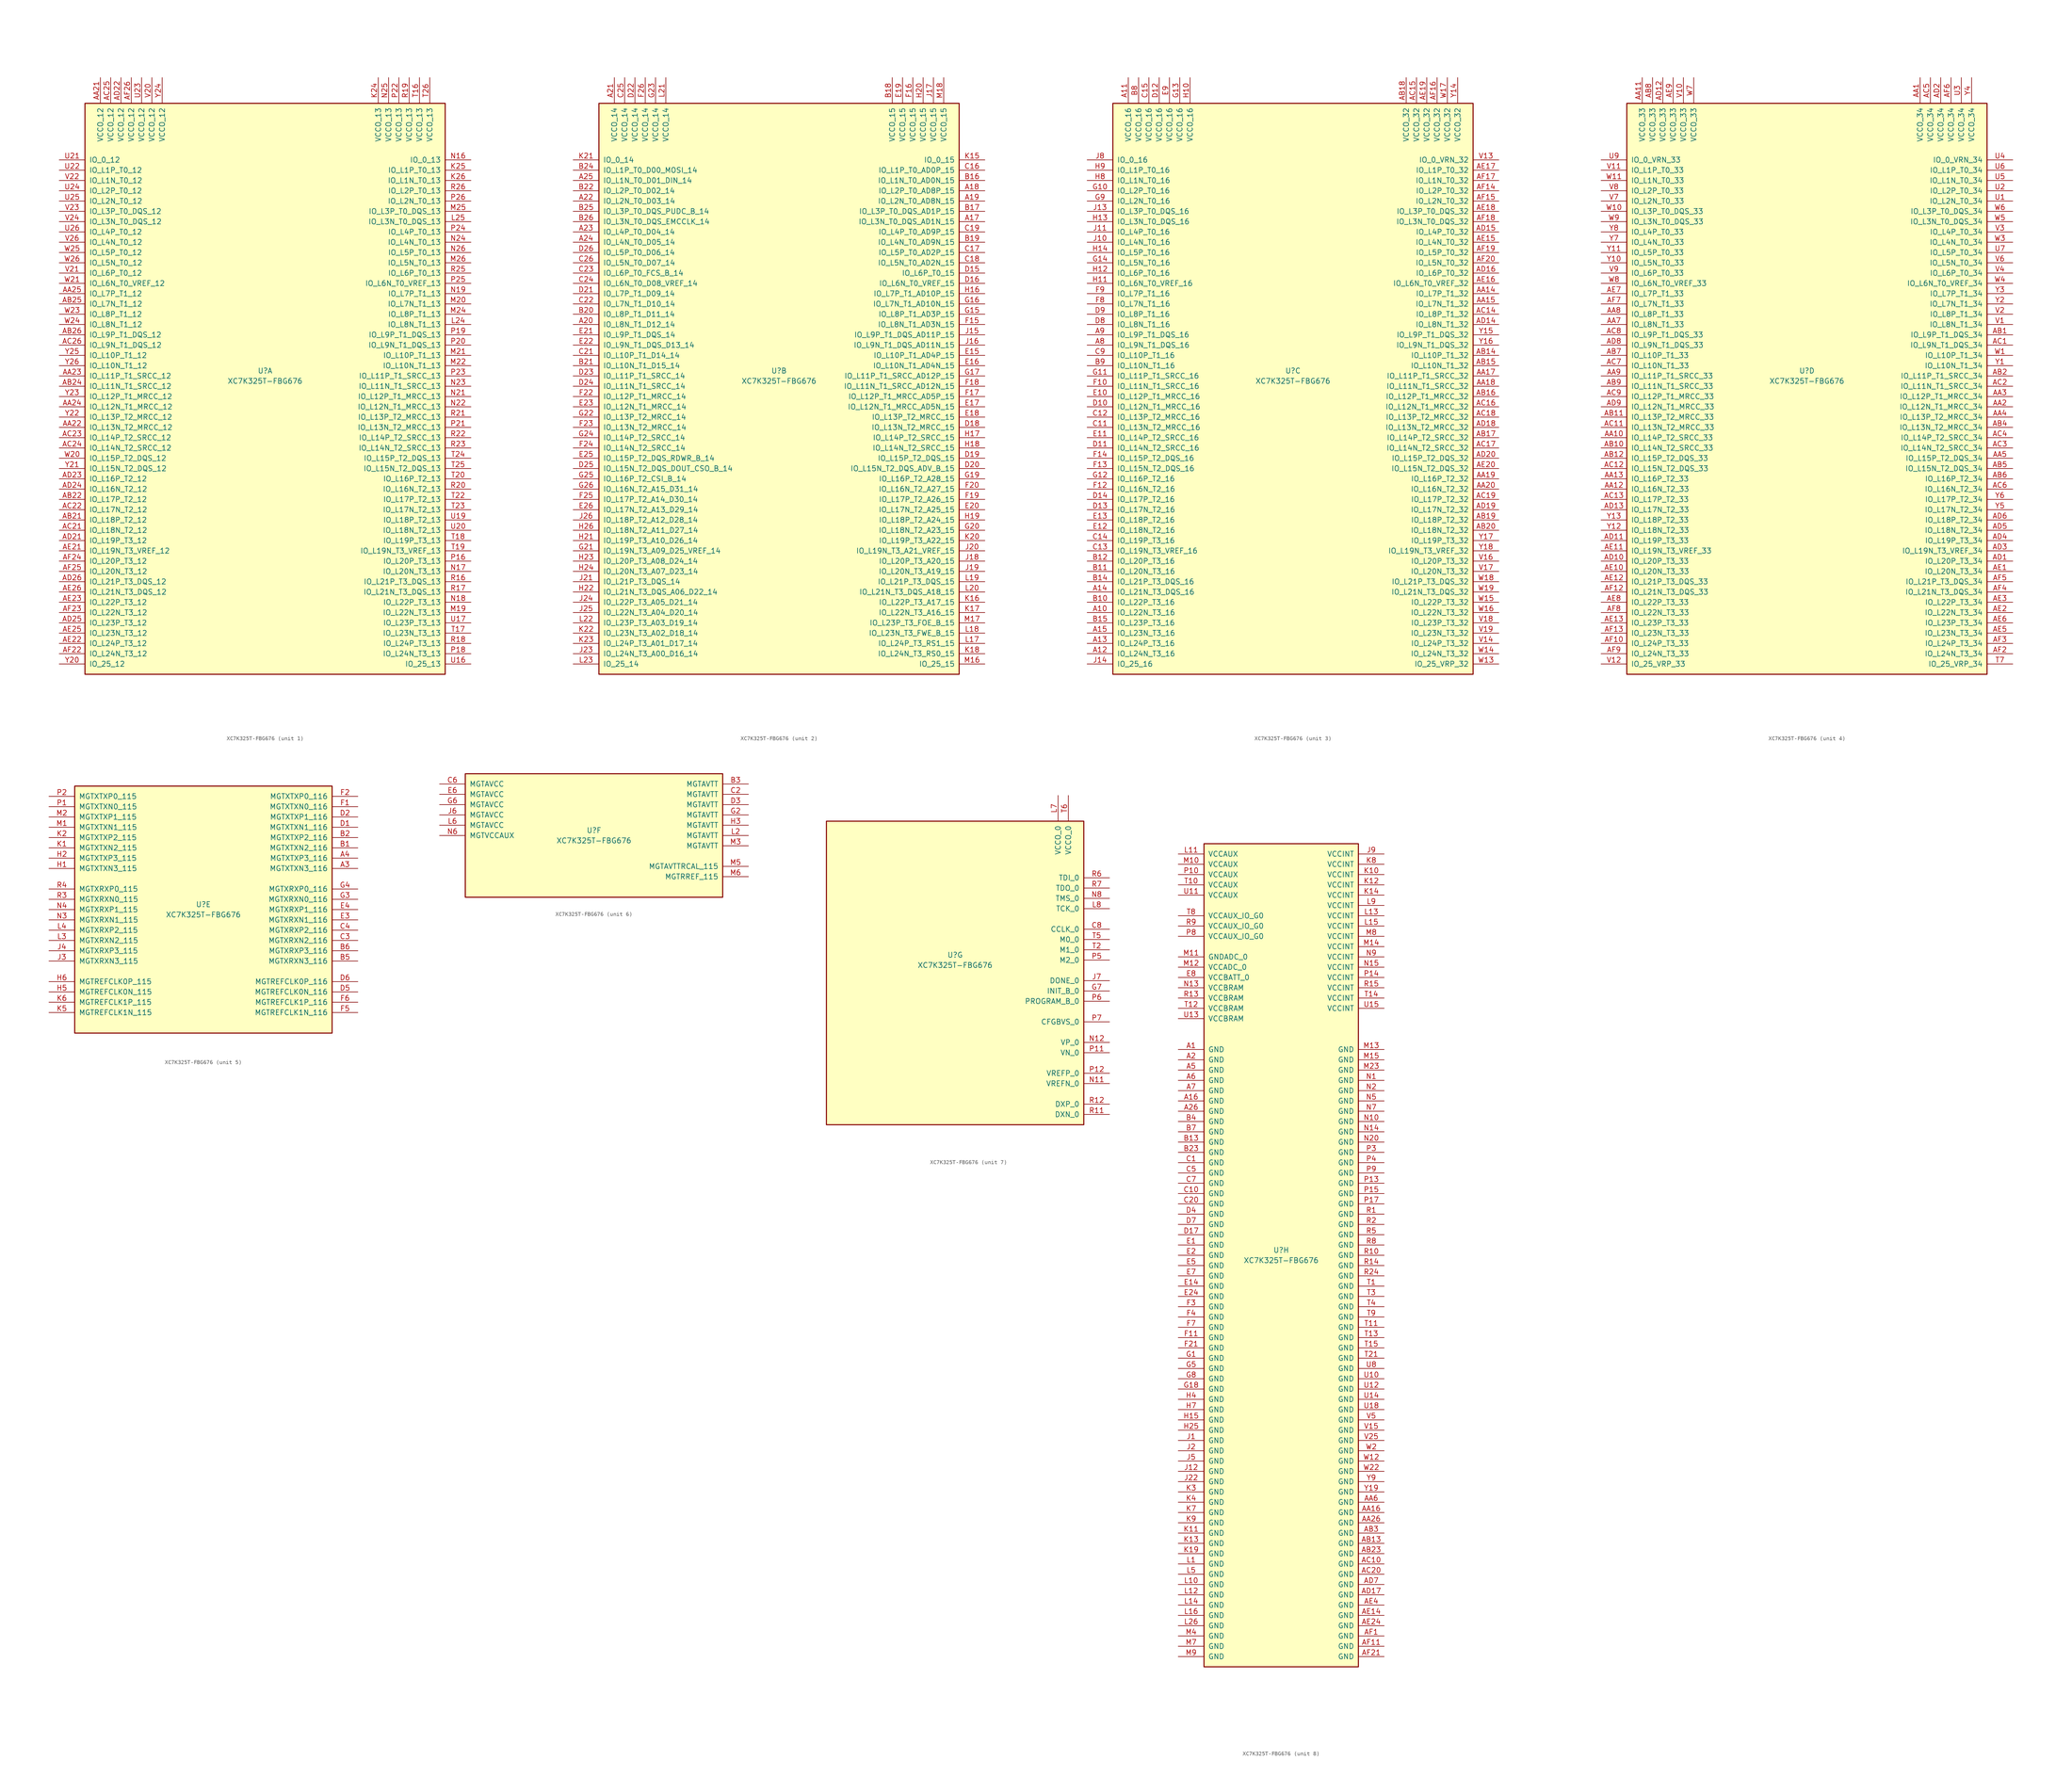
<source format=kicad_sym>
(kicad_symbol_lib
  (version 20201005)
  (generator kicad_symbol_editor)
  (symbol "XC7K325T-FBG676"
    (pin_names
      (offset 1.016))
    (property "Reference" "U"
      (at 0 1.27 0)
      (effects (font (size 1.27 1.27))))
    (property "Value" "XC7K325T-FBG676"
      (at 0 -1.27 0)
      (effects (font (size 1.27 1.27))))
    (property "Datasheet" ""
      (at 0 0 0)
      (effects (font (size 1.27 1.27))))
    (property "ki_locked" ""
      (at 0 0 0)
      (effects (font (size 1.27 1.27))))
    (symbol "XC7K325T-FBG676_1_1"
      (rectangle (start -44.45 67.31) (end 44.45 -73.66) (stroke (width 0.254)) (fill (type background)))
      (pin power_in line (at -40.64 73.66 270) (length 6.35) (name "VCCO_12" (effects (font (size 1.27 1.27)))) (number "AA21" (effects (font (size 1.27 1.27)))))
      (pin power_in line (at -38.1 73.66 270) (length 6.35) (name "VCCO_12" (effects (font (size 1.27 1.27)))) (number "AC25" (effects (font (size 1.27 1.27)))))
      (pin power_in line (at -35.56 73.66 270) (length 6.35) (name "VCCO_12" (effects (font (size 1.27 1.27)))) (number "AD22" (effects (font (size 1.27 1.27)))))
      (pin power_in line (at -33.02 73.66 270) (length 6.35) (name "VCCO_12" (effects (font (size 1.27 1.27)))) (number "AF26" (effects (font (size 1.27 1.27)))))
      (pin power_in line (at -30.48 73.66 270) (length 6.35) (name "VCCO_12" (effects (font (size 1.27 1.27)))) (number "U23" (effects (font (size 1.27 1.27)))))
      (pin power_in line (at -27.94 73.66 270) (length 6.35) (name "VCCO_12" (effects (font (size 1.27 1.27)))) (number "V20" (effects (font (size 1.27 1.27)))))
      (pin power_in line (at -25.4 73.66 270) (length 6.35) (name "VCCO_12" (effects (font (size 1.27 1.27)))) (number "Y24" (effects (font (size 1.27 1.27)))))
      (pin bidirectional line (at -50.8 53.34 0) (length 6.35) (name "IO_0_12" (effects (font (size 1.27 1.27)))) (number "U21" (effects (font (size 1.27 1.27)))))
      (pin bidirectional line (at -50.8 50.8 0) (length 6.35) (name "IO_L1P_T0_12" (effects (font (size 1.27 1.27)))) (number "U22" (effects (font (size 1.27 1.27)))))
      (pin bidirectional line (at -50.8 48.26 0) (length 6.35) (name "IO_L1N_T0_12" (effects (font (size 1.27 1.27)))) (number "V22" (effects (font (size 1.27 1.27)))))
      (pin bidirectional line (at -50.8 45.72 0) (length 6.35) (name "IO_L2P_T0_12" (effects (font (size 1.27 1.27)))) (number "U24" (effects (font (size 1.27 1.27)))))
      (pin bidirectional line (at -50.8 43.18 0) (length 6.35) (name "IO_L2N_T0_12" (effects (font (size 1.27 1.27)))) (number "U25" (effects (font (size 1.27 1.27)))))
      (pin bidirectional line (at -50.8 40.64 0) (length 6.35) (name "IO_L3P_T0_DQS_12" (effects (font (size 1.27 1.27)))) (number "V23" (effects (font (size 1.27 1.27)))))
      (pin bidirectional line (at -50.8 38.1 0) (length 6.35) (name "IO_L3N_T0_DQS_12" (effects (font (size 1.27 1.27)))) (number "V24" (effects (font (size 1.27 1.27)))))
      (pin bidirectional line (at -50.8 35.56 0) (length 6.35) (name "IO_L4P_T0_12" (effects (font (size 1.27 1.27)))) (number "U26" (effects (font (size 1.27 1.27)))))
      (pin bidirectional line (at -50.8 33.02 0) (length 6.35) (name "IO_L4N_T0_12" (effects (font (size 1.27 1.27)))) (number "V26" (effects (font (size 1.27 1.27)))))
      (pin bidirectional line (at -50.8 30.48 0) (length 6.35) (name "IO_L5P_T0_12" (effects (font (size 1.27 1.27)))) (number "W25" (effects (font (size 1.27 1.27)))))
      (pin bidirectional line (at -50.8 27.94 0) (length 6.35) (name "IO_L5N_T0_12" (effects (font (size 1.27 1.27)))) (number "W26" (effects (font (size 1.27 1.27)))))
      (pin bidirectional line (at -50.8 25.4 0) (length 6.35) (name "IO_L6P_T0_12" (effects (font (size 1.27 1.27)))) (number "V21" (effects (font (size 1.27 1.27)))))
      (pin bidirectional line (at -50.8 22.86 0) (length 6.35) (name "IO_L6N_T0_VREF_12" (effects (font (size 1.27 1.27)))) (number "W21" (effects (font (size 1.27 1.27)))))
      (pin bidirectional line (at -50.8 20.32 0) (length 6.35) (name "IO_L7P_T1_12" (effects (font (size 1.27 1.27)))) (number "AA25" (effects (font (size 1.27 1.27)))))
      (pin bidirectional line (at -50.8 17.78 0) (length 6.35) (name "IO_L7N_T1_12" (effects (font (size 1.27 1.27)))) (number "AB25" (effects (font (size 1.27 1.27)))))
      (pin bidirectional line (at -50.8 15.24 0) (length 6.35) (name "IO_L8P_T1_12" (effects (font (size 1.27 1.27)))) (number "W23" (effects (font (size 1.27 1.27)))))
      (pin bidirectional line (at -50.8 12.7 0) (length 6.35) (name "IO_L8N_T1_12" (effects (font (size 1.27 1.27)))) (number "W24" (effects (font (size 1.27 1.27)))))
      (pin bidirectional line (at -50.8 10.16 0) (length 6.35) (name "IO_L9P_T1_DQS_12" (effects (font (size 1.27 1.27)))) (number "AB26" (effects (font (size 1.27 1.27)))))
      (pin bidirectional line (at -50.8 7.62 0) (length 6.35) (name "IO_L9N_T1_DQS_12" (effects (font (size 1.27 1.27)))) (number "AC26" (effects (font (size 1.27 1.27)))))
      (pin bidirectional line (at -50.8 5.08 0) (length 6.35) (name "IO_L10P_T1_12" (effects (font (size 1.27 1.27)))) (number "Y25" (effects (font (size 1.27 1.27)))))
      (pin bidirectional line (at -50.8 2.54 0) (length 6.35) (name "IO_L10N_T1_12" (effects (font (size 1.27 1.27)))) (number "Y26" (effects (font (size 1.27 1.27)))))
      (pin bidirectional line (at -50.8 0 0) (length 6.35) (name "IO_L11P_T1_SRCC_12" (effects (font (size 1.27 1.27)))) (number "AA23" (effects (font (size 1.27 1.27)))))
      (pin bidirectional line (at -50.8 -2.54 0) (length 6.35) (name "IO_L11N_T1_SRCC_12" (effects (font (size 1.27 1.27)))) (number "AB24" (effects (font (size 1.27 1.27)))))
      (pin bidirectional line (at -50.8 -5.08 0) (length 6.35) (name "IO_L12P_T1_MRCC_12" (effects (font (size 1.27 1.27)))) (number "Y23" (effects (font (size 1.27 1.27)))))
      (pin bidirectional line (at -50.8 -7.62 0) (length 6.35) (name "IO_L12N_T1_MRCC_12" (effects (font (size 1.27 1.27)))) (number "AA24" (effects (font (size 1.27 1.27)))))
      (pin bidirectional line (at -50.8 -10.16 0) (length 6.35) (name "IO_L13P_T2_MRCC_12" (effects (font (size 1.27 1.27)))) (number "Y22" (effects (font (size 1.27 1.27)))))
      (pin bidirectional line (at -50.8 -12.7 0) (length 6.35) (name "IO_L13N_T2_MRCC_12" (effects (font (size 1.27 1.27)))) (number "AA22" (effects (font (size 1.27 1.27)))))
      (pin bidirectional line (at -50.8 -15.24 0) (length 6.35) (name "IO_L14P_T2_SRCC_12" (effects (font (size 1.27 1.27)))) (number "AC23" (effects (font (size 1.27 1.27)))))
      (pin bidirectional line (at -50.8 -17.78 0) (length 6.35) (name "IO_L14N_T2_SRCC_12" (effects (font (size 1.27 1.27)))) (number "AC24" (effects (font (size 1.27 1.27)))))
      (pin bidirectional line (at -50.8 -20.32 0) (length 6.35) (name "IO_L15P_T2_DQS_12" (effects (font (size 1.27 1.27)))) (number "W20" (effects (font (size 1.27 1.27)))))
      (pin bidirectional line (at -50.8 -22.86 0) (length 6.35) (name "IO_L15N_T2_DQS_12" (effects (font (size 1.27 1.27)))) (number "Y21" (effects (font (size 1.27 1.27)))))
      (pin bidirectional line (at -50.8 -25.4 0) (length 6.35) (name "IO_L16P_T2_12" (effects (font (size 1.27 1.27)))) (number "AD23" (effects (font (size 1.27 1.27)))))
      (pin bidirectional line (at -50.8 -27.94 0) (length 6.35) (name "IO_L16N_T2_12" (effects (font (size 1.27 1.27)))) (number "AD24" (effects (font (size 1.27 1.27)))))
      (pin bidirectional line (at -50.8 -30.48 0) (length 6.35) (name "IO_L17P_T2_12" (effects (font (size 1.27 1.27)))) (number "AB22" (effects (font (size 1.27 1.27)))))
      (pin bidirectional line (at -50.8 -33.02 0) (length 6.35) (name "IO_L17N_T2_12" (effects (font (size 1.27 1.27)))) (number "AC22" (effects (font (size 1.27 1.27)))))
      (pin bidirectional line (at -50.8 -35.56 0) (length 6.35) (name "IO_L18P_T2_12" (effects (font (size 1.27 1.27)))) (number "AB21" (effects (font (size 1.27 1.27)))))
      (pin bidirectional line (at -50.8 -38.1 0) (length 6.35) (name "IO_L18N_T2_12" (effects (font (size 1.27 1.27)))) (number "AC21" (effects (font (size 1.27 1.27)))))
      (pin bidirectional line (at -50.8 -40.64 0) (length 6.35) (name "IO_L19P_T3_12" (effects (font (size 1.27 1.27)))) (number "AD21" (effects (font (size 1.27 1.27)))))
      (pin bidirectional line (at -50.8 -43.18 0) (length 6.35) (name "IO_L19N_T3_VREF_12" (effects (font (size 1.27 1.27)))) (number "AE21" (effects (font (size 1.27 1.27)))))
      (pin bidirectional line (at -50.8 -45.72 0) (length 6.35) (name "IO_L20P_T3_12" (effects (font (size 1.27 1.27)))) (number "AF24" (effects (font (size 1.27 1.27)))))
      (pin bidirectional line (at -50.8 -48.26 0) (length 6.35) (name "IO_L20N_T3_12" (effects (font (size 1.27 1.27)))) (number "AF25" (effects (font (size 1.27 1.27)))))
      (pin bidirectional line (at -50.8 -50.8 0) (length 6.35) (name "IO_L21P_T3_DQS_12" (effects (font (size 1.27 1.27)))) (number "AD26" (effects (font (size 1.27 1.27)))))
      (pin bidirectional line (at -50.8 -53.34 0) (length 6.35) (name "IO_L21N_T3_DQS_12" (effects (font (size 1.27 1.27)))) (number "AE26" (effects (font (size 1.27 1.27)))))
      (pin bidirectional line (at -50.8 -55.88 0) (length 6.35) (name "IO_L22P_T3_12" (effects (font (size 1.27 1.27)))) (number "AE23" (effects (font (size 1.27 1.27)))))
      (pin bidirectional line (at -50.8 -58.42 0) (length 6.35) (name "IO_L22N_T3_12" (effects (font (size 1.27 1.27)))) (number "AF23" (effects (font (size 1.27 1.27)))))
      (pin bidirectional line (at -50.8 -60.96 0) (length 6.35) (name "IO_L23P_T3_12" (effects (font (size 1.27 1.27)))) (number "AD25" (effects (font (size 1.27 1.27)))))
      (pin bidirectional line (at -50.8 -63.5 0) (length 6.35) (name "IO_L23N_T3_12" (effects (font (size 1.27 1.27)))) (number "AE25" (effects (font (size 1.27 1.27)))))
      (pin bidirectional line (at -50.8 -66.04 0) (length 6.35) (name "IO_L24P_T3_12" (effects (font (size 1.27 1.27)))) (number "AE22" (effects (font (size 1.27 1.27)))))
      (pin bidirectional line (at -50.8 -68.58 0) (length 6.35) (name "IO_L24N_T3_12" (effects (font (size 1.27 1.27)))) (number "AF22" (effects (font (size 1.27 1.27)))))
      (pin bidirectional line (at -50.8 -71.12 0) (length 6.35) (name "IO_25_12" (effects (font (size 1.27 1.27)))) (number "Y20" (effects (font (size 1.27 1.27)))))
      (pin power_in line (at 27.94 73.66 270) (length 6.35) (name "VCCO_13" (effects (font (size 1.27 1.27)))) (number "K24" (effects (font (size 1.27 1.27)))))
      (pin power_in line (at 30.48 73.66 270) (length 6.35) (name "VCCO_13" (effects (font (size 1.27 1.27)))) (number "N25" (effects (font (size 1.27 1.27)))))
      (pin power_in line (at 33.02 73.66 270) (length 6.35) (name "VCCO_13" (effects (font (size 1.27 1.27)))) (number "P22" (effects (font (size 1.27 1.27)))))
      (pin power_in line (at 35.56 73.66 270) (length 6.35) (name "VCCO_13" (effects (font (size 1.27 1.27)))) (number "R19" (effects (font (size 1.27 1.27)))))
      (pin power_in line (at 38.1 73.66 270) (length 6.35) (name "VCCO_13" (effects (font (size 1.27 1.27)))) (number "T16" (effects (font (size 1.27 1.27)))))
      (pin power_in line (at 40.64 73.66 270) (length 6.35) (name "VCCO_13" (effects (font (size 1.27 1.27)))) (number "T26" (effects (font (size 1.27 1.27)))))
      (pin bidirectional line (at 50.8 53.34 180) (length 6.35) (name "IO_0_13" (effects (font (size 1.27 1.27)))) (number "N16" (effects (font (size 1.27 1.27)))))
      (pin bidirectional line (at 50.8 50.8 180) (length 6.35) (name "IO_L1P_T0_13" (effects (font (size 1.27 1.27)))) (number "K25" (effects (font (size 1.27 1.27)))))
      (pin bidirectional line (at 50.8 48.26 180) (length 6.35) (name "IO_L1N_T0_13" (effects (font (size 1.27 1.27)))) (number "K26" (effects (font (size 1.27 1.27)))))
      (pin bidirectional line (at 50.8 45.72 180) (length 6.35) (name "IO_L2P_T0_13" (effects (font (size 1.27 1.27)))) (number "R26" (effects (font (size 1.27 1.27)))))
      (pin bidirectional line (at 50.8 43.18 180) (length 6.35) (name "IO_L2N_T0_13" (effects (font (size 1.27 1.27)))) (number "P26" (effects (font (size 1.27 1.27)))))
      (pin bidirectional line (at 50.8 40.64 180) (length 6.35) (name "IO_L3P_T0_DQS_13" (effects (font (size 1.27 1.27)))) (number "M25" (effects (font (size 1.27 1.27)))))
      (pin bidirectional line (at 50.8 38.1 180) (length 6.35) (name "IO_L3N_T0_DQS_13" (effects (font (size 1.27 1.27)))) (number "L25" (effects (font (size 1.27 1.27)))))
      (pin bidirectional line (at 50.8 35.56 180) (length 6.35) (name "IO_L4P_T0_13" (effects (font (size 1.27 1.27)))) (number "P24" (effects (font (size 1.27 1.27)))))
      (pin bidirectional line (at 50.8 33.02 180) (length 6.35) (name "IO_L4N_T0_13" (effects (font (size 1.27 1.27)))) (number "N24" (effects (font (size 1.27 1.27)))))
      (pin bidirectional line (at 50.8 30.48 180) (length 6.35) (name "IO_L5P_T0_13" (effects (font (size 1.27 1.27)))) (number "N26" (effects (font (size 1.27 1.27)))))
      (pin bidirectional line (at 50.8 27.94 180) (length 6.35) (name "IO_L5N_T0_13" (effects (font (size 1.27 1.27)))) (number "M26" (effects (font (size 1.27 1.27)))))
      (pin bidirectional line (at 50.8 25.4 180) (length 6.35) (name "IO_L6P_T0_13" (effects (font (size 1.27 1.27)))) (number "R25" (effects (font (size 1.27 1.27)))))
      (pin bidirectional line (at 50.8 22.86 180) (length 6.35) (name "IO_L6N_T0_VREF_13" (effects (font (size 1.27 1.27)))) (number "P25" (effects (font (size 1.27 1.27)))))
      (pin bidirectional line (at 50.8 20.32 180) (length 6.35) (name "IO_L7P_T1_13" (effects (font (size 1.27 1.27)))) (number "N19" (effects (font (size 1.27 1.27)))))
      (pin bidirectional line (at 50.8 17.78 180) (length 6.35) (name "IO_L7N_T1_13" (effects (font (size 1.27 1.27)))) (number "M20" (effects (font (size 1.27 1.27)))))
      (pin bidirectional line (at 50.8 15.24 180) (length 6.35) (name "IO_L8P_T1_13" (effects (font (size 1.27 1.27)))) (number "M24" (effects (font (size 1.27 1.27)))))
      (pin bidirectional line (at 50.8 12.7 180) (length 6.35) (name "IO_L8N_T1_13" (effects (font (size 1.27 1.27)))) (number "L24" (effects (font (size 1.27 1.27)))))
      (pin bidirectional line (at 50.8 10.16 180) (length 6.35) (name "IO_L9P_T1_DQS_13" (effects (font (size 1.27 1.27)))) (number "P19" (effects (font (size 1.27 1.27)))))
      (pin bidirectional line (at 50.8 7.62 180) (length 6.35) (name "IO_L9N_T1_DQS_13" (effects (font (size 1.27 1.27)))) (number "P20" (effects (font (size 1.27 1.27)))))
      (pin bidirectional line (at 50.8 5.08 180) (length 6.35) (name "IO_L10P_T1_13" (effects (font (size 1.27 1.27)))) (number "M21" (effects (font (size 1.27 1.27)))))
      (pin bidirectional line (at 50.8 2.54 180) (length 6.35) (name "IO_L10N_T1_13" (effects (font (size 1.27 1.27)))) (number "M22" (effects (font (size 1.27 1.27)))))
      (pin bidirectional line (at 50.8 0 180) (length 6.35) (name "IO_L11P_T1_SRCC_13" (effects (font (size 1.27 1.27)))) (number "P23" (effects (font (size 1.27 1.27)))))
      (pin bidirectional line (at 50.8 -2.54 180) (length 6.35) (name "IO_L11N_T1_SRCC_13" (effects (font (size 1.27 1.27)))) (number "N23" (effects (font (size 1.27 1.27)))))
      (pin bidirectional line (at 50.8 -5.08 180) (length 6.35) (name "IO_L12P_T1_MRCC_13" (effects (font (size 1.27 1.27)))) (number "N21" (effects (font (size 1.27 1.27)))))
      (pin bidirectional line (at 50.8 -7.62 180) (length 6.35) (name "IO_L12N_T1_MRCC_13" (effects (font (size 1.27 1.27)))) (number "N22" (effects (font (size 1.27 1.27)))))
      (pin bidirectional line (at 50.8 -10.16 180) (length 6.35) (name "IO_L13P_T2_MRCC_13" (effects (font (size 1.27 1.27)))) (number "R21" (effects (font (size 1.27 1.27)))))
      (pin bidirectional line (at 50.8 -12.7 180) (length 6.35) (name "IO_L13N_T2_MRCC_13" (effects (font (size 1.27 1.27)))) (number "P21" (effects (font (size 1.27 1.27)))))
      (pin bidirectional line (at 50.8 -15.24 180) (length 6.35) (name "IO_L14P_T2_SRCC_13" (effects (font (size 1.27 1.27)))) (number "R22" (effects (font (size 1.27 1.27)))))
      (pin bidirectional line (at 50.8 -17.78 180) (length 6.35) (name "IO_L14N_T2_SRCC_13" (effects (font (size 1.27 1.27)))) (number "R23" (effects (font (size 1.27 1.27)))))
      (pin bidirectional line (at 50.8 -20.32 180) (length 6.35) (name "IO_L15P_T2_DQS_13" (effects (font (size 1.27 1.27)))) (number "T24" (effects (font (size 1.27 1.27)))))
      (pin bidirectional line (at 50.8 -22.86 180) (length 6.35) (name "IO_L15N_T2_DQS_13" (effects (font (size 1.27 1.27)))) (number "T25" (effects (font (size 1.27 1.27)))))
      (pin bidirectional line (at 50.8 -25.4 180) (length 6.35) (name "IO_L16P_T2_13" (effects (font (size 1.27 1.27)))) (number "T20" (effects (font (size 1.27 1.27)))))
      (pin bidirectional line (at 50.8 -27.94 180) (length 6.35) (name "IO_L16N_T2_13" (effects (font (size 1.27 1.27)))) (number "R20" (effects (font (size 1.27 1.27)))))
      (pin bidirectional line (at 50.8 -30.48 180) (length 6.35) (name "IO_L17P_T2_13" (effects (font (size 1.27 1.27)))) (number "T22" (effects (font (size 1.27 1.27)))))
      (pin bidirectional line (at 50.8 -33.02 180) (length 6.35) (name "IO_L17N_T2_13" (effects (font (size 1.27 1.27)))) (number "T23" (effects (font (size 1.27 1.27)))))
      (pin bidirectional line (at 50.8 -35.56 180) (length 6.35) (name "IO_L18P_T2_13" (effects (font (size 1.27 1.27)))) (number "U19" (effects (font (size 1.27 1.27)))))
      (pin bidirectional line (at 50.8 -38.1 180) (length 6.35) (name "IO_L18N_T2_13" (effects (font (size 1.27 1.27)))) (number "U20" (effects (font (size 1.27 1.27)))))
      (pin bidirectional line (at 50.8 -40.64 180) (length 6.35) (name "IO_L19P_T3_13" (effects (font (size 1.27 1.27)))) (number "T18" (effects (font (size 1.27 1.27)))))
      (pin bidirectional line (at 50.8 -43.18 180) (length 6.35) (name "IO_L19N_T3_VREF_13" (effects (font (size 1.27 1.27)))) (number "T19" (effects (font (size 1.27 1.27)))))
      (pin bidirectional line (at 50.8 -45.72 180) (length 6.35) (name "IO_L20P_T3_13" (effects (font (size 1.27 1.27)))) (number "P16" (effects (font (size 1.27 1.27)))))
      (pin bidirectional line (at 50.8 -48.26 180) (length 6.35) (name "IO_L20N_T3_13" (effects (font (size 1.27 1.27)))) (number "N17" (effects (font (size 1.27 1.27)))))
      (pin bidirectional line (at 50.8 -50.8 180) (length 6.35) (name "IO_L21P_T3_DQS_13" (effects (font (size 1.27 1.27)))) (number "R16" (effects (font (size 1.27 1.27)))))
      (pin bidirectional line (at 50.8 -53.34 180) (length 6.35) (name "IO_L21N_T3_DQS_13" (effects (font (size 1.27 1.27)))) (number "R17" (effects (font (size 1.27 1.27)))))
      (pin bidirectional line (at 50.8 -55.88 180) (length 6.35) (name "IO_L22P_T3_13" (effects (font (size 1.27 1.27)))) (number "N18" (effects (font (size 1.27 1.27)))))
      (pin bidirectional line (at 50.8 -58.42 180) (length 6.35) (name "IO_L22N_T3_13" (effects (font (size 1.27 1.27)))) (number "M19" (effects (font (size 1.27 1.27)))))
      (pin bidirectional line (at 50.8 -60.96 180) (length 6.35) (name "IO_L23P_T3_13" (effects (font (size 1.27 1.27)))) (number "U17" (effects (font (size 1.27 1.27)))))
      (pin bidirectional line (at 50.8 -63.5 180) (length 6.35) (name "IO_L23N_T3_13" (effects (font (size 1.27 1.27)))) (number "T17" (effects (font (size 1.27 1.27)))))
      (pin bidirectional line (at 50.8 -66.04 180) (length 6.35) (name "IO_L24P_T3_13" (effects (font (size 1.27 1.27)))) (number "R18" (effects (font (size 1.27 1.27)))))
      (pin bidirectional line (at 50.8 -68.58 180) (length 6.35) (name "IO_L24N_T3_13" (effects (font (size 1.27 1.27)))) (number "P18" (effects (font (size 1.27 1.27)))))
      (pin bidirectional line (at 50.8 -71.12 180) (length 6.35) (name "IO_25_13" (effects (font (size 1.27 1.27)))) (number "U16" (effects (font (size 1.27 1.27))))))
    (symbol "XC7K325T-FBG676_2_1"
      (rectangle (start -44.45 67.31) (end 44.45 -73.66) (stroke (width 0.254)) (fill (type background)))
      (pin power_in line (at -40.64 73.66 270) (length 6.35) (name "VCCO_14" (effects (font (size 1.27 1.27)))) (number "A21" (effects (font (size 1.27 1.27)))))
      (pin power_in line (at -38.1 73.66 270) (length 6.35) (name "VCCO_14" (effects (font (size 1.27 1.27)))) (number "C25" (effects (font (size 1.27 1.27)))))
      (pin power_in line (at -35.56 73.66 270) (length 6.35) (name "VCCO_14" (effects (font (size 1.27 1.27)))) (number "D22" (effects (font (size 1.27 1.27)))))
      (pin power_in line (at -33.02 73.66 270) (length 6.35) (name "VCCO_14" (effects (font (size 1.27 1.27)))) (number "F26" (effects (font (size 1.27 1.27)))))
      (pin power_in line (at -30.48 73.66 270) (length 6.35) (name "VCCO_14" (effects (font (size 1.27 1.27)))) (number "G23" (effects (font (size 1.27 1.27)))))
      (pin power_in line (at -27.94 73.66 270) (length 6.35) (name "VCCO_14" (effects (font (size 1.27 1.27)))) (number "L21" (effects (font (size 1.27 1.27)))))
      (pin bidirectional line (at -50.8 53.34 0) (length 6.35) (name "IO_0_14" (effects (font (size 1.27 1.27)))) (number "K21" (effects (font (size 1.27 1.27)))))
      (pin bidirectional line (at -50.8 50.8 0) (length 6.35) (name "IO_L1P_T0_D00_MOSI_14" (effects (font (size 1.27 1.27)))) (number "B24" (effects (font (size 1.27 1.27)))))
      (pin bidirectional line (at -50.8 48.26 0) (length 6.35) (name "IO_L1N_T0_D01_DIN_14" (effects (font (size 1.27 1.27)))) (number "A25" (effects (font (size 1.27 1.27)))))
      (pin bidirectional line (at -50.8 45.72 0) (length 6.35) (name "IO_L2P_T0_D02_14" (effects (font (size 1.27 1.27)))) (number "B22" (effects (font (size 1.27 1.27)))))
      (pin bidirectional line (at -50.8 43.18 0) (length 6.35) (name "IO_L2N_T0_D03_14" (effects (font (size 1.27 1.27)))) (number "A22" (effects (font (size 1.27 1.27)))))
      (pin bidirectional line (at -50.8 40.64 0) (length 6.35) (name "IO_L3P_T0_DQS_PUDC_B_14" (effects (font (size 1.27 1.27)))) (number "B25" (effects (font (size 1.27 1.27)))))
      (pin bidirectional line (at -50.8 38.1 0) (length 6.35) (name "IO_L3N_T0_DQS_EMCCLK_14" (effects (font (size 1.27 1.27)))) (number "B26" (effects (font (size 1.27 1.27)))))
      (pin bidirectional line (at -50.8 35.56 0) (length 6.35) (name "IO_L4P_T0_D04_14" (effects (font (size 1.27 1.27)))) (number "A23" (effects (font (size 1.27 1.27)))))
      (pin bidirectional line (at -50.8 33.02 0) (length 6.35) (name "IO_L4N_T0_D05_14" (effects (font (size 1.27 1.27)))) (number "A24" (effects (font (size 1.27 1.27)))))
      (pin bidirectional line (at -50.8 30.48 0) (length 6.35) (name "IO_L5P_T0_D06_14" (effects (font (size 1.27 1.27)))) (number "D26" (effects (font (size 1.27 1.27)))))
      (pin bidirectional line (at -50.8 27.94 0) (length 6.35) (name "IO_L5N_T0_D07_14" (effects (font (size 1.27 1.27)))) (number "C26" (effects (font (size 1.27 1.27)))))
      (pin bidirectional line (at -50.8 25.4 0) (length 6.35) (name "IO_L6P_T0_FCS_B_14" (effects (font (size 1.27 1.27)))) (number "C23" (effects (font (size 1.27 1.27)))))
      (pin bidirectional line (at -50.8 22.86 0) (length 6.35) (name "IO_L6N_T0_D08_VREF_14" (effects (font (size 1.27 1.27)))) (number "C24" (effects (font (size 1.27 1.27)))))
      (pin bidirectional line (at -50.8 20.32 0) (length 6.35) (name "IO_L7P_T1_D09_14" (effects (font (size 1.27 1.27)))) (number "D21" (effects (font (size 1.27 1.27)))))
      (pin bidirectional line (at -50.8 17.78 0) (length 6.35) (name "IO_L7N_T1_D10_14" (effects (font (size 1.27 1.27)))) (number "C22" (effects (font (size 1.27 1.27)))))
      (pin bidirectional line (at -50.8 15.24 0) (length 6.35) (name "IO_L8P_T1_D11_14" (effects (font (size 1.27 1.27)))) (number "B20" (effects (font (size 1.27 1.27)))))
      (pin bidirectional line (at -50.8 12.7 0) (length 6.35) (name "IO_L8N_T1_D12_14" (effects (font (size 1.27 1.27)))) (number "A20" (effects (font (size 1.27 1.27)))))
      (pin bidirectional line (at -50.8 10.16 0) (length 6.35) (name "IO_L9P_T1_DQS_14" (effects (font (size 1.27 1.27)))) (number "E21" (effects (font (size 1.27 1.27)))))
      (pin bidirectional line (at -50.8 7.62 0) (length 6.35) (name "IO_L9N_T1_DQS_D13_14" (effects (font (size 1.27 1.27)))) (number "E22" (effects (font (size 1.27 1.27)))))
      (pin bidirectional line (at -50.8 5.08 0) (length 6.35) (name "IO_L10P_T1_D14_14" (effects (font (size 1.27 1.27)))) (number "C21" (effects (font (size 1.27 1.27)))))
      (pin bidirectional line (at -50.8 2.54 0) (length 6.35) (name "IO_L10N_T1_D15_14" (effects (font (size 1.27 1.27)))) (number "B21" (effects (font (size 1.27 1.27)))))
      (pin bidirectional line (at -50.8 0 0) (length 6.35) (name "IO_L11P_T1_SRCC_14" (effects (font (size 1.27 1.27)))) (number "D23" (effects (font (size 1.27 1.27)))))
      (pin bidirectional line (at -50.8 -2.54 0) (length 6.35) (name "IO_L11N_T1_SRCC_14" (effects (font (size 1.27 1.27)))) (number "D24" (effects (font (size 1.27 1.27)))))
      (pin bidirectional line (at -50.8 -5.08 0) (length 6.35) (name "IO_L12P_T1_MRCC_14" (effects (font (size 1.27 1.27)))) (number "F22" (effects (font (size 1.27 1.27)))))
      (pin bidirectional line (at -50.8 -7.62 0) (length 6.35) (name "IO_L12N_T1_MRCC_14" (effects (font (size 1.27 1.27)))) (number "E23" (effects (font (size 1.27 1.27)))))
      (pin bidirectional line (at -50.8 -10.16 0) (length 6.35) (name "IO_L13P_T2_MRCC_14" (effects (font (size 1.27 1.27)))) (number "G22" (effects (font (size 1.27 1.27)))))
      (pin bidirectional line (at -50.8 -12.7 0) (length 6.35) (name "IO_L13N_T2_MRCC_14" (effects (font (size 1.27 1.27)))) (number "F23" (effects (font (size 1.27 1.27)))))
      (pin bidirectional line (at -50.8 -15.24 0) (length 6.35) (name "IO_L14P_T2_SRCC_14" (effects (font (size 1.27 1.27)))) (number "G24" (effects (font (size 1.27 1.27)))))
      (pin bidirectional line (at -50.8 -17.78 0) (length 6.35) (name "IO_L14N_T2_SRCC_14" (effects (font (size 1.27 1.27)))) (number "F24" (effects (font (size 1.27 1.27)))))
      (pin bidirectional line (at -50.8 -20.32 0) (length 6.35) (name "IO_L15P_T2_DQS_RDWR_B_14" (effects (font (size 1.27 1.27)))) (number "E25" (effects (font (size 1.27 1.27)))))
      (pin bidirectional line (at -50.8 -22.86 0) (length 6.35) (name "IO_L15N_T2_DQS_DOUT_CSO_B_14" (effects (font (size 1.27 1.27)))) (number "D25" (effects (font (size 1.27 1.27)))))
      (pin bidirectional line (at -50.8 -25.4 0) (length 6.35) (name "IO_L16P_T2_CSI_B_14" (effects (font (size 1.27 1.27)))) (number "G25" (effects (font (size 1.27 1.27)))))
      (pin bidirectional line (at -50.8 -27.94 0) (length 6.35) (name "IO_L16N_T2_A15_D31_14" (effects (font (size 1.27 1.27)))) (number "G26" (effects (font (size 1.27 1.27)))))
      (pin bidirectional line (at -50.8 -30.48 0) (length 6.35) (name "IO_L17P_T2_A14_D30_14" (effects (font (size 1.27 1.27)))) (number "F25" (effects (font (size 1.27 1.27)))))
      (pin bidirectional line (at -50.8 -33.02 0) (length 6.35) (name "IO_L17N_T2_A13_D29_14" (effects (font (size 1.27 1.27)))) (number "E26" (effects (font (size 1.27 1.27)))))
      (pin bidirectional line (at -50.8 -35.56 0) (length 6.35) (name "IO_L18P_T2_A12_D28_14" (effects (font (size 1.27 1.27)))) (number "J26" (effects (font (size 1.27 1.27)))))
      (pin bidirectional line (at -50.8 -38.1 0) (length 6.35) (name "IO_L18N_T2_A11_D27_14" (effects (font (size 1.27 1.27)))) (number "H26" (effects (font (size 1.27 1.27)))))
      (pin bidirectional line (at -50.8 -40.64 0) (length 6.35) (name "IO_L19P_T3_A10_D26_14" (effects (font (size 1.27 1.27)))) (number "H21" (effects (font (size 1.27 1.27)))))
      (pin bidirectional line (at -50.8 -43.18 0) (length 6.35) (name "IO_L19N_T3_A09_D25_VREF_14" (effects (font (size 1.27 1.27)))) (number "G21" (effects (font (size 1.27 1.27)))))
      (pin bidirectional line (at -50.8 -45.72 0) (length 6.35) (name "IO_L20P_T3_A08_D24_14" (effects (font (size 1.27 1.27)))) (number "H23" (effects (font (size 1.27 1.27)))))
      (pin bidirectional line (at -50.8 -48.26 0) (length 6.35) (name "IO_L20N_T3_A07_D23_14" (effects (font (size 1.27 1.27)))) (number "H24" (effects (font (size 1.27 1.27)))))
      (pin bidirectional line (at -50.8 -50.8 0) (length 6.35) (name "IO_L21P_T3_DQS_14" (effects (font (size 1.27 1.27)))) (number "J21" (effects (font (size 1.27 1.27)))))
      (pin bidirectional line (at -50.8 -53.34 0) (length 6.35) (name "IO_L21N_T3_DQS_A06_D22_14" (effects (font (size 1.27 1.27)))) (number "H22" (effects (font (size 1.27 1.27)))))
      (pin bidirectional line (at -50.8 -55.88 0) (length 6.35) (name "IO_L22P_T3_A05_D21_14" (effects (font (size 1.27 1.27)))) (number "J24" (effects (font (size 1.27 1.27)))))
      (pin bidirectional line (at -50.8 -58.42 0) (length 6.35) (name "IO_L22N_T3_A04_D20_14" (effects (font (size 1.27 1.27)))) (number "J25" (effects (font (size 1.27 1.27)))))
      (pin bidirectional line (at -50.8 -60.96 0) (length 6.35) (name "IO_L23P_T3_A03_D19_14" (effects (font (size 1.27 1.27)))) (number "L22" (effects (font (size 1.27 1.27)))))
      (pin bidirectional line (at -50.8 -63.5 0) (length 6.35) (name "IO_L23N_T3_A02_D18_14" (effects (font (size 1.27 1.27)))) (number "K22" (effects (font (size 1.27 1.27)))))
      (pin bidirectional line (at -50.8 -66.04 0) (length 6.35) (name "IO_L24P_T3_A01_D17_14" (effects (font (size 1.27 1.27)))) (number "K23" (effects (font (size 1.27 1.27)))))
      (pin bidirectional line (at -50.8 -68.58 0) (length 6.35) (name "IO_L24N_T3_A00_D16_14" (effects (font (size 1.27 1.27)))) (number "J23" (effects (font (size 1.27 1.27)))))
      (pin bidirectional line (at -50.8 -71.12 0) (length 6.35) (name "IO_25_14" (effects (font (size 1.27 1.27)))) (number "L23" (effects (font (size 1.27 1.27)))))
      (pin power_in line (at 27.94 73.66 270) (length 6.35) (name "VCCO_15" (effects (font (size 1.27 1.27)))) (number "B18" (effects (font (size 1.27 1.27)))))
      (pin power_in line (at 30.48 73.66 270) (length 6.35) (name "VCCO_15" (effects (font (size 1.27 1.27)))) (number "E19" (effects (font (size 1.27 1.27)))))
      (pin power_in line (at 33.02 73.66 270) (length 6.35) (name "VCCO_15" (effects (font (size 1.27 1.27)))) (number "F16" (effects (font (size 1.27 1.27)))))
      (pin power_in line (at 35.56 73.66 270) (length 6.35) (name "VCCO_15" (effects (font (size 1.27 1.27)))) (number "H20" (effects (font (size 1.27 1.27)))))
      (pin power_in line (at 38.1 73.66 270) (length 6.35) (name "VCCO_15" (effects (font (size 1.27 1.27)))) (number "J17" (effects (font (size 1.27 1.27)))))
      (pin power_in line (at 40.64 73.66 270) (length 6.35) (name "VCCO_15" (effects (font (size 1.27 1.27)))) (number "M18" (effects (font (size 1.27 1.27)))))
      (pin bidirectional line (at 50.8 53.34 180) (length 6.35) (name "IO_0_15" (effects (font (size 1.27 1.27)))) (number "K15" (effects (font (size 1.27 1.27)))))
      (pin bidirectional line (at 50.8 50.8 180) (length 6.35) (name "IO_L1P_T0_AD0P_15" (effects (font (size 1.27 1.27)))) (number "C16" (effects (font (size 1.27 1.27)))))
      (pin bidirectional line (at 50.8 48.26 180) (length 6.35) (name "IO_L1N_T0_AD0N_15" (effects (font (size 1.27 1.27)))) (number "B16" (effects (font (size 1.27 1.27)))))
      (pin bidirectional line (at 50.8 45.72 180) (length 6.35) (name "IO_L2P_T0_AD8P_15" (effects (font (size 1.27 1.27)))) (number "A18" (effects (font (size 1.27 1.27)))))
      (pin bidirectional line (at 50.8 43.18 180) (length 6.35) (name "IO_L2N_T0_AD8N_15" (effects (font (size 1.27 1.27)))) (number "A19" (effects (font (size 1.27 1.27)))))
      (pin bidirectional line (at 50.8 40.64 180) (length 6.35) (name "IO_L3P_T0_DQS_AD1P_15" (effects (font (size 1.27 1.27)))) (number "B17" (effects (font (size 1.27 1.27)))))
      (pin bidirectional line (at 50.8 38.1 180) (length 6.35) (name "IO_L3N_T0_DQS_AD1N_15" (effects (font (size 1.27 1.27)))) (number "A17" (effects (font (size 1.27 1.27)))))
      (pin bidirectional line (at 50.8 35.56 180) (length 6.35) (name "IO_L4P_T0_AD9P_15" (effects (font (size 1.27 1.27)))) (number "C19" (effects (font (size 1.27 1.27)))))
      (pin bidirectional line (at 50.8 33.02 180) (length 6.35) (name "IO_L4N_T0_AD9N_15" (effects (font (size 1.27 1.27)))) (number "B19" (effects (font (size 1.27 1.27)))))
      (pin bidirectional line (at 50.8 30.48 180) (length 6.35) (name "IO_L5P_T0_AD2P_15" (effects (font (size 1.27 1.27)))) (number "C17" (effects (font (size 1.27 1.27)))))
      (pin bidirectional line (at 50.8 27.94 180) (length 6.35) (name "IO_L5N_T0_AD2N_15" (effects (font (size 1.27 1.27)))) (number "C18" (effects (font (size 1.27 1.27)))))
      (pin bidirectional line (at 50.8 25.4 180) (length 6.35) (name "IO_L6P_T0_15" (effects (font (size 1.27 1.27)))) (number "D15" (effects (font (size 1.27 1.27)))))
      (pin bidirectional line (at 50.8 22.86 180) (length 6.35) (name "IO_L6N_T0_VREF_15" (effects (font (size 1.27 1.27)))) (number "D16" (effects (font (size 1.27 1.27)))))
      (pin bidirectional line (at 50.8 20.32 180) (length 6.35) (name "IO_L7P_T1_AD10P_15" (effects (font (size 1.27 1.27)))) (number "H16" (effects (font (size 1.27 1.27)))))
      (pin bidirectional line (at 50.8 17.78 180) (length 6.35) (name "IO_L7N_T1_AD10N_15" (effects (font (size 1.27 1.27)))) (number "G16" (effects (font (size 1.27 1.27)))))
      (pin bidirectional line (at 50.8 15.24 180) (length 6.35) (name "IO_L8P_T1_AD3P_15" (effects (font (size 1.27 1.27)))) (number "G15" (effects (font (size 1.27 1.27)))))
      (pin bidirectional line (at 50.8 12.7 180) (length 6.35) (name "IO_L8N_T1_AD3N_15" (effects (font (size 1.27 1.27)))) (number "F15" (effects (font (size 1.27 1.27)))))
      (pin bidirectional line (at 50.8 10.16 180) (length 6.35) (name "IO_L9P_T1_DQS_AD11P_15" (effects (font (size 1.27 1.27)))) (number "J15" (effects (font (size 1.27 1.27)))))
      (pin bidirectional line (at 50.8 7.62 180) (length 6.35) (name "IO_L9N_T1_DQS_AD11N_15" (effects (font (size 1.27 1.27)))) (number "J16" (effects (font (size 1.27 1.27)))))
      (pin bidirectional line (at 50.8 5.08 180) (length 6.35) (name "IO_L10P_T1_AD4P_15" (effects (font (size 1.27 1.27)))) (number "E15" (effects (font (size 1.27 1.27)))))
      (pin bidirectional line (at 50.8 2.54 180) (length 6.35) (name "IO_L10N_T1_AD4N_15" (effects (font (size 1.27 1.27)))) (number "E16" (effects (font (size 1.27 1.27)))))
      (pin bidirectional line (at 50.8 0 180) (length 6.35) (name "IO_L11P_T1_SRCC_AD12P_15" (effects (font (size 1.27 1.27)))) (number "G17" (effects (font (size 1.27 1.27)))))
      (pin bidirectional line (at 50.8 -2.54 180) (length 6.35) (name "IO_L11N_T1_SRCC_AD12N_15" (effects (font (size 1.27 1.27)))) (number "F18" (effects (font (size 1.27 1.27)))))
      (pin bidirectional line (at 50.8 -5.08 180) (length 6.35) (name "IO_L12P_T1_MRCC_AD5P_15" (effects (font (size 1.27 1.27)))) (number "F17" (effects (font (size 1.27 1.27)))))
      (pin bidirectional line (at 50.8 -7.62 180) (length 6.35) (name "IO_L12N_T1_MRCC_AD5N_15" (effects (font (size 1.27 1.27)))) (number "E17" (effects (font (size 1.27 1.27)))))
      (pin bidirectional line (at 50.8 -10.16 180) (length 6.35) (name "IO_L13P_T2_MRCC_15" (effects (font (size 1.27 1.27)))) (number "E18" (effects (font (size 1.27 1.27)))))
      (pin bidirectional line (at 50.8 -12.7 180) (length 6.35) (name "IO_L13N_T2_MRCC_15" (effects (font (size 1.27 1.27)))) (number "D18" (effects (font (size 1.27 1.27)))))
      (pin bidirectional line (at 50.8 -15.24 180) (length 6.35) (name "IO_L14P_T2_SRCC_15" (effects (font (size 1.27 1.27)))) (number "H17" (effects (font (size 1.27 1.27)))))
      (pin bidirectional line (at 50.8 -17.78 180) (length 6.35) (name "IO_L14N_T2_SRCC_15" (effects (font (size 1.27 1.27)))) (number "H18" (effects (font (size 1.27 1.27)))))
      (pin bidirectional line (at 50.8 -20.32 180) (length 6.35) (name "IO_L15P_T2_DQS_15" (effects (font (size 1.27 1.27)))) (number "D19" (effects (font (size 1.27 1.27)))))
      (pin bidirectional line (at 50.8 -22.86 180) (length 6.35) (name "IO_L15N_T2_DQS_ADV_B_15" (effects (font (size 1.27 1.27)))) (number "D20" (effects (font (size 1.27 1.27)))))
      (pin bidirectional line (at 50.8 -25.4 180) (length 6.35) (name "IO_L16P_T2_A28_15" (effects (font (size 1.27 1.27)))) (number "G19" (effects (font (size 1.27 1.27)))))
      (pin bidirectional line (at 50.8 -27.94 180) (length 6.35) (name "IO_L16N_T2_A27_15" (effects (font (size 1.27 1.27)))) (number "F20" (effects (font (size 1.27 1.27)))))
      (pin bidirectional line (at 50.8 -30.48 180) (length 6.35) (name "IO_L17P_T2_A26_15" (effects (font (size 1.27 1.27)))) (number "F19" (effects (font (size 1.27 1.27)))))
      (pin bidirectional line (at 50.8 -33.02 180) (length 6.35) (name "IO_L17N_T2_A25_15" (effects (font (size 1.27 1.27)))) (number "E20" (effects (font (size 1.27 1.27)))))
      (pin bidirectional line (at 50.8 -35.56 180) (length 6.35) (name "IO_L18P_T2_A24_15" (effects (font (size 1.27 1.27)))) (number "H19" (effects (font (size 1.27 1.27)))))
      (pin bidirectional line (at 50.8 -38.1 180) (length 6.35) (name "IO_L18N_T2_A23_15" (effects (font (size 1.27 1.27)))) (number "G20" (effects (font (size 1.27 1.27)))))
      (pin bidirectional line (at 50.8 -40.64 180) (length 6.35) (name "IO_L19P_T3_A22_15" (effects (font (size 1.27 1.27)))) (number "K20" (effects (font (size 1.27 1.27)))))
      (pin bidirectional line (at 50.8 -43.18 180) (length 6.35) (name "IO_L19N_T3_A21_VREF_15" (effects (font (size 1.27 1.27)))) (number "J20" (effects (font (size 1.27 1.27)))))
      (pin bidirectional line (at 50.8 -45.72 180) (length 6.35) (name "IO_L20P_T3_A20_15" (effects (font (size 1.27 1.27)))) (number "J18" (effects (font (size 1.27 1.27)))))
      (pin bidirectional line (at 50.8 -48.26 180) (length 6.35) (name "IO_L20N_T3_A19_15" (effects (font (size 1.27 1.27)))) (number "J19" (effects (font (size 1.27 1.27)))))
      (pin bidirectional line (at 50.8 -50.8 180) (length 6.35) (name "IO_L21P_T3_DQS_15" (effects (font (size 1.27 1.27)))) (number "L19" (effects (font (size 1.27 1.27)))))
      (pin bidirectional line (at 50.8 -53.34 180) (length 6.35) (name "IO_L21N_T3_DQS_A18_15" (effects (font (size 1.27 1.27)))) (number "L20" (effects (font (size 1.27 1.27)))))
      (pin bidirectional line (at 50.8 -55.88 180) (length 6.35) (name "IO_L22P_T3_A17_15" (effects (font (size 1.27 1.27)))) (number "K16" (effects (font (size 1.27 1.27)))))
      (pin bidirectional line (at 50.8 -58.42 180) (length 6.35) (name "IO_L22N_T3_A16_15" (effects (font (size 1.27 1.27)))) (number "K17" (effects (font (size 1.27 1.27)))))
      (pin bidirectional line (at 50.8 -60.96 180) (length 6.35) (name "IO_L23P_T3_FOE_B_15" (effects (font (size 1.27 1.27)))) (number "M17" (effects (font (size 1.27 1.27)))))
      (pin bidirectional line (at 50.8 -63.5 180) (length 6.35) (name "IO_L23N_T3_FWE_B_15" (effects (font (size 1.27 1.27)))) (number "L18" (effects (font (size 1.27 1.27)))))
      (pin bidirectional line (at 50.8 -66.04 180) (length 6.35) (name "IO_L24P_T3_RS1_15" (effects (font (size 1.27 1.27)))) (number "L17" (effects (font (size 1.27 1.27)))))
      (pin bidirectional line (at 50.8 -68.58 180) (length 6.35) (name "IO_L24N_T3_RS0_15" (effects (font (size 1.27 1.27)))) (number "K18" (effects (font (size 1.27 1.27)))))
      (pin bidirectional line (at 50.8 -71.12 180) (length 6.35) (name "IO_25_15" (effects (font (size 1.27 1.27)))) (number "M16" (effects (font (size 1.27 1.27))))))
    (symbol "XC7K325T-FBG676_3_1"
      (rectangle (start -44.45 67.31) (end 44.45 -73.66) (stroke (width 0.254)) (fill (type background)))
      (pin power_in line (at -40.64 73.66 270) (length 6.35) (name "VCCO_16" (effects (font (size 1.27 1.27)))) (number "A11" (effects (font (size 1.27 1.27)))))
      (pin power_in line (at -38.1 73.66 270) (length 6.35) (name "VCCO_16" (effects (font (size 1.27 1.27)))) (number "B8" (effects (font (size 1.27 1.27)))))
      (pin power_in line (at -35.56 73.66 270) (length 6.35) (name "VCCO_16" (effects (font (size 1.27 1.27)))) (number "C15" (effects (font (size 1.27 1.27)))))
      (pin power_in line (at -33.02 73.66 270) (length 6.35) (name "VCCO_16" (effects (font (size 1.27 1.27)))) (number "D12" (effects (font (size 1.27 1.27)))))
      (pin power_in line (at -30.48 73.66 270) (length 6.35) (name "VCCO_16" (effects (font (size 1.27 1.27)))) (number "E9" (effects (font (size 1.27 1.27)))))
      (pin power_in line (at -27.94 73.66 270) (length 6.35) (name "VCCO_16" (effects (font (size 1.27 1.27)))) (number "G13" (effects (font (size 1.27 1.27)))))
      (pin power_in line (at -25.4 73.66 270) (length 6.35) (name "VCCO_16" (effects (font (size 1.27 1.27)))) (number "H10" (effects (font (size 1.27 1.27)))))
      (pin bidirectional line (at -50.8 53.34 0) (length 6.35) (name "IO_0_16" (effects (font (size 1.27 1.27)))) (number "J8" (effects (font (size 1.27 1.27)))))
      (pin bidirectional line (at -50.8 50.8 0) (length 6.35) (name "IO_L1P_T0_16" (effects (font (size 1.27 1.27)))) (number "H9" (effects (font (size 1.27 1.27)))))
      (pin bidirectional line (at -50.8 48.26 0) (length 6.35) (name "IO_L1N_T0_16" (effects (font (size 1.27 1.27)))) (number "H8" (effects (font (size 1.27 1.27)))))
      (pin bidirectional line (at -50.8 45.72 0) (length 6.35) (name "IO_L2P_T0_16" (effects (font (size 1.27 1.27)))) (number "G10" (effects (font (size 1.27 1.27)))))
      (pin bidirectional line (at -50.8 43.18 0) (length 6.35) (name "IO_L2N_T0_16" (effects (font (size 1.27 1.27)))) (number "G9" (effects (font (size 1.27 1.27)))))
      (pin bidirectional line (at -50.8 40.64 0) (length 6.35) (name "IO_L3P_T0_DQS_16" (effects (font (size 1.27 1.27)))) (number "J13" (effects (font (size 1.27 1.27)))))
      (pin bidirectional line (at -50.8 38.1 0) (length 6.35) (name "IO_L3N_T0_DQS_16" (effects (font (size 1.27 1.27)))) (number "H13" (effects (font (size 1.27 1.27)))))
      (pin bidirectional line (at -50.8 35.56 0) (length 6.35) (name "IO_L4P_T0_16" (effects (font (size 1.27 1.27)))) (number "J11" (effects (font (size 1.27 1.27)))))
      (pin bidirectional line (at -50.8 33.02 0) (length 6.35) (name "IO_L4N_T0_16" (effects (font (size 1.27 1.27)))) (number "J10" (effects (font (size 1.27 1.27)))))
      (pin bidirectional line (at -50.8 30.48 0) (length 6.35) (name "IO_L5P_T0_16" (effects (font (size 1.27 1.27)))) (number "H14" (effects (font (size 1.27 1.27)))))
      (pin bidirectional line (at -50.8 27.94 0) (length 6.35) (name "IO_L5N_T0_16" (effects (font (size 1.27 1.27)))) (number "G14" (effects (font (size 1.27 1.27)))))
      (pin bidirectional line (at -50.8 25.4 0) (length 6.35) (name "IO_L6P_T0_16" (effects (font (size 1.27 1.27)))) (number "H12" (effects (font (size 1.27 1.27)))))
      (pin bidirectional line (at -50.8 22.86 0) (length 6.35) (name "IO_L6N_T0_VREF_16" (effects (font (size 1.27 1.27)))) (number "H11" (effects (font (size 1.27 1.27)))))
      (pin bidirectional line (at -50.8 20.32 0) (length 6.35) (name "IO_L7P_T1_16" (effects (font (size 1.27 1.27)))) (number "F9" (effects (font (size 1.27 1.27)))))
      (pin bidirectional line (at -50.8 17.78 0) (length 6.35) (name "IO_L7N_T1_16" (effects (font (size 1.27 1.27)))) (number "F8" (effects (font (size 1.27 1.27)))))
      (pin bidirectional line (at -50.8 15.24 0) (length 6.35) (name "IO_L8P_T1_16" (effects (font (size 1.27 1.27)))) (number "D9" (effects (font (size 1.27 1.27)))))
      (pin bidirectional line (at -50.8 12.7 0) (length 6.35) (name "IO_L8N_T1_16" (effects (font (size 1.27 1.27)))) (number "D8" (effects (font (size 1.27 1.27)))))
      (pin bidirectional line (at -50.8 10.16 0) (length 6.35) (name "IO_L9P_T1_DQS_16" (effects (font (size 1.27 1.27)))) (number "A9" (effects (font (size 1.27 1.27)))))
      (pin bidirectional line (at -50.8 7.62 0) (length 6.35) (name "IO_L9N_T1_DQS_16" (effects (font (size 1.27 1.27)))) (number "A8" (effects (font (size 1.27 1.27)))))
      (pin bidirectional line (at -50.8 5.08 0) (length 6.35) (name "IO_L10P_T1_16" (effects (font (size 1.27 1.27)))) (number "C9" (effects (font (size 1.27 1.27)))))
      (pin bidirectional line (at -50.8 2.54 0) (length 6.35) (name "IO_L10N_T1_16" (effects (font (size 1.27 1.27)))) (number "B9" (effects (font (size 1.27 1.27)))))
      (pin bidirectional line (at -50.8 0 0) (length 6.35) (name "IO_L11P_T1_SRCC_16" (effects (font (size 1.27 1.27)))) (number "G11" (effects (font (size 1.27 1.27)))))
      (pin bidirectional line (at -50.8 -2.54 0) (length 6.35) (name "IO_L11N_T1_SRCC_16" (effects (font (size 1.27 1.27)))) (number "F10" (effects (font (size 1.27 1.27)))))
      (pin bidirectional line (at -50.8 -5.08 0) (length 6.35) (name "IO_L12P_T1_MRCC_16" (effects (font (size 1.27 1.27)))) (number "E10" (effects (font (size 1.27 1.27)))))
      (pin bidirectional line (at -50.8 -7.62 0) (length 6.35) (name "IO_L12N_T1_MRCC_16" (effects (font (size 1.27 1.27)))) (number "D10" (effects (font (size 1.27 1.27)))))
      (pin bidirectional line (at -50.8 -10.16 0) (length 6.35) (name "IO_L13P_T2_MRCC_16" (effects (font (size 1.27 1.27)))) (number "C12" (effects (font (size 1.27 1.27)))))
      (pin bidirectional line (at -50.8 -12.7 0) (length 6.35) (name "IO_L13N_T2_MRCC_16" (effects (font (size 1.27 1.27)))) (number "C11" (effects (font (size 1.27 1.27)))))
      (pin bidirectional line (at -50.8 -15.24 0) (length 6.35) (name "IO_L14P_T2_SRCC_16" (effects (font (size 1.27 1.27)))) (number "E11" (effects (font (size 1.27 1.27)))))
      (pin bidirectional line (at -50.8 -17.78 0) (length 6.35) (name "IO_L14N_T2_SRCC_16" (effects (font (size 1.27 1.27)))) (number "D11" (effects (font (size 1.27 1.27)))))
      (pin bidirectional line (at -50.8 -20.32 0) (length 6.35) (name "IO_L15P_T2_DQS_16" (effects (font (size 1.27 1.27)))) (number "F14" (effects (font (size 1.27 1.27)))))
      (pin bidirectional line (at -50.8 -22.86 0) (length 6.35) (name "IO_L15N_T2_DQS_16" (effects (font (size 1.27 1.27)))) (number "F13" (effects (font (size 1.27 1.27)))))
      (pin bidirectional line (at -50.8 -25.4 0) (length 6.35) (name "IO_L16P_T2_16" (effects (font (size 1.27 1.27)))) (number "G12" (effects (font (size 1.27 1.27)))))
      (pin bidirectional line (at -50.8 -27.94 0) (length 6.35) (name "IO_L16N_T2_16" (effects (font (size 1.27 1.27)))) (number "F12" (effects (font (size 1.27 1.27)))))
      (pin bidirectional line (at -50.8 -30.48 0) (length 6.35) (name "IO_L17P_T2_16" (effects (font (size 1.27 1.27)))) (number "D14" (effects (font (size 1.27 1.27)))))
      (pin bidirectional line (at -50.8 -33.02 0) (length 6.35) (name "IO_L17N_T2_16" (effects (font (size 1.27 1.27)))) (number "D13" (effects (font (size 1.27 1.27)))))
      (pin bidirectional line (at -50.8 -35.56 0) (length 6.35) (name "IO_L18P_T2_16" (effects (font (size 1.27 1.27)))) (number "E13" (effects (font (size 1.27 1.27)))))
      (pin bidirectional line (at -50.8 -38.1 0) (length 6.35) (name "IO_L18N_T2_16" (effects (font (size 1.27 1.27)))) (number "E12" (effects (font (size 1.27 1.27)))))
      (pin bidirectional line (at -50.8 -40.64 0) (length 6.35) (name "IO_L19P_T3_16" (effects (font (size 1.27 1.27)))) (number "C14" (effects (font (size 1.27 1.27)))))
      (pin bidirectional line (at -50.8 -43.18 0) (length 6.35) (name "IO_L19N_T3_VREF_16" (effects (font (size 1.27 1.27)))) (number "C13" (effects (font (size 1.27 1.27)))))
      (pin bidirectional line (at -50.8 -45.72 0) (length 6.35) (name "IO_L20P_T3_16" (effects (font (size 1.27 1.27)))) (number "B12" (effects (font (size 1.27 1.27)))))
      (pin bidirectional line (at -50.8 -48.26 0) (length 6.35) (name "IO_L20N_T3_16" (effects (font (size 1.27 1.27)))) (number "B11" (effects (font (size 1.27 1.27)))))
      (pin bidirectional line (at -50.8 -50.8 0) (length 6.35) (name "IO_L21P_T3_DQS_16" (effects (font (size 1.27 1.27)))) (number "B14" (effects (font (size 1.27 1.27)))))
      (pin bidirectional line (at -50.8 -53.34 0) (length 6.35) (name "IO_L21N_T3_DQS_16" (effects (font (size 1.27 1.27)))) (number "A14" (effects (font (size 1.27 1.27)))))
      (pin bidirectional line (at -50.8 -55.88 0) (length 6.35) (name "IO_L22P_T3_16" (effects (font (size 1.27 1.27)))) (number "B10" (effects (font (size 1.27 1.27)))))
      (pin bidirectional line (at -50.8 -58.42 0) (length 6.35) (name "IO_L22N_T3_16" (effects (font (size 1.27 1.27)))) (number "A10" (effects (font (size 1.27 1.27)))))
      (pin bidirectional line (at -50.8 -60.96 0) (length 6.35) (name "IO_L23P_T3_16" (effects (font (size 1.27 1.27)))) (number "B15" (effects (font (size 1.27 1.27)))))
      (pin bidirectional line (at -50.8 -63.5 0) (length 6.35) (name "IO_L23N_T3_16" (effects (font (size 1.27 1.27)))) (number "A15" (effects (font (size 1.27 1.27)))))
      (pin bidirectional line (at -50.8 -66.04 0) (length 6.35) (name "IO_L24P_T3_16" (effects (font (size 1.27 1.27)))) (number "A13" (effects (font (size 1.27 1.27)))))
      (pin bidirectional line (at -50.8 -68.58 0) (length 6.35) (name "IO_L24N_T3_16" (effects (font (size 1.27 1.27)))) (number "A12" (effects (font (size 1.27 1.27)))))
      (pin bidirectional line (at -50.8 -71.12 0) (length 6.35) (name "IO_25_16" (effects (font (size 1.27 1.27)))) (number "J14" (effects (font (size 1.27 1.27)))))
      (pin power_in line (at 27.94 73.66 270) (length 6.35) (name "VCCO_32" (effects (font (size 1.27 1.27)))) (number "AB18" (effects (font (size 1.27 1.27)))))
      (pin power_in line (at 30.48 73.66 270) (length 6.35) (name "VCCO_32" (effects (font (size 1.27 1.27)))) (number "AC15" (effects (font (size 1.27 1.27)))))
      (pin power_in line (at 33.02 73.66 270) (length 6.35) (name "VCCO_32" (effects (font (size 1.27 1.27)))) (number "AE19" (effects (font (size 1.27 1.27)))))
      (pin power_in line (at 35.56 73.66 270) (length 6.35) (name "VCCO_32" (effects (font (size 1.27 1.27)))) (number "AF16" (effects (font (size 1.27 1.27)))))
      (pin power_in line (at 38.1 73.66 270) (length 6.35) (name "VCCO_32" (effects (font (size 1.27 1.27)))) (number "W17" (effects (font (size 1.27 1.27)))))
      (pin power_in line (at 40.64 73.66 270) (length 6.35) (name "VCCO_32" (effects (font (size 1.27 1.27)))) (number "Y14" (effects (font (size 1.27 1.27)))))
      (pin bidirectional line (at 50.8 53.34 180) (length 6.35) (name "IO_0_VRN_32" (effects (font (size 1.27 1.27)))) (number "V13" (effects (font (size 1.27 1.27)))))
      (pin bidirectional line (at 50.8 50.8 180) (length 6.35) (name "IO_L1P_T0_32" (effects (font (size 1.27 1.27)))) (number "AE17" (effects (font (size 1.27 1.27)))))
      (pin bidirectional line (at 50.8 48.26 180) (length 6.35) (name "IO_L1N_T0_32" (effects (font (size 1.27 1.27)))) (number "AF17" (effects (font (size 1.27 1.27)))))
      (pin bidirectional line (at 50.8 45.72 180) (length 6.35) (name "IO_L2P_T0_32" (effects (font (size 1.27 1.27)))) (number "AF14" (effects (font (size 1.27 1.27)))))
      (pin bidirectional line (at 50.8 43.18 180) (length 6.35) (name "IO_L2N_T0_32" (effects (font (size 1.27 1.27)))) (number "AF15" (effects (font (size 1.27 1.27)))))
      (pin bidirectional line (at 50.8 40.64 180) (length 6.35) (name "IO_L3P_T0_DQS_32" (effects (font (size 1.27 1.27)))) (number "AE18" (effects (font (size 1.27 1.27)))))
      (pin bidirectional line (at 50.8 38.1 180) (length 6.35) (name "IO_L3N_T0_DQS_32" (effects (font (size 1.27 1.27)))) (number "AF18" (effects (font (size 1.27 1.27)))))
      (pin bidirectional line (at 50.8 35.56 180) (length 6.35) (name "IO_L4P_T0_32" (effects (font (size 1.27 1.27)))) (number "AD15" (effects (font (size 1.27 1.27)))))
      (pin bidirectional line (at 50.8 33.02 180) (length 6.35) (name "IO_L4N_T0_32" (effects (font (size 1.27 1.27)))) (number "AE15" (effects (font (size 1.27 1.27)))))
      (pin bidirectional line (at 50.8 30.48 180) (length 6.35) (name "IO_L5P_T0_32" (effects (font (size 1.27 1.27)))) (number "AF19" (effects (font (size 1.27 1.27)))))
      (pin bidirectional line (at 50.8 27.94 180) (length 6.35) (name "IO_L5N_T0_32" (effects (font (size 1.27 1.27)))) (number "AF20" (effects (font (size 1.27 1.27)))))
      (pin bidirectional line (at 50.8 25.4 180) (length 6.35) (name "IO_L6P_T0_32" (effects (font (size 1.27 1.27)))) (number "AD16" (effects (font (size 1.27 1.27)))))
      (pin bidirectional line (at 50.8 22.86 180) (length 6.35) (name "IO_L6N_T0_VREF_32" (effects (font (size 1.27 1.27)))) (number "AE16" (effects (font (size 1.27 1.27)))))
      (pin bidirectional line (at 50.8 20.32 180) (length 6.35) (name "IO_L7P_T1_32" (effects (font (size 1.27 1.27)))) (number "AA14" (effects (font (size 1.27 1.27)))))
      (pin bidirectional line (at 50.8 17.78 180) (length 6.35) (name "IO_L7N_T1_32" (effects (font (size 1.27 1.27)))) (number "AA15" (effects (font (size 1.27 1.27)))))
      (pin bidirectional line (at 50.8 15.24 180) (length 6.35) (name "IO_L8P_T1_32" (effects (font (size 1.27 1.27)))) (number "AC14" (effects (font (size 1.27 1.27)))))
      (pin bidirectional line (at 50.8 12.7 180) (length 6.35) (name "IO_L8N_T1_32" (effects (font (size 1.27 1.27)))) (number "AD14" (effects (font (size 1.27 1.27)))))
      (pin bidirectional line (at 50.8 10.16 180) (length 6.35) (name "IO_L9P_T1_DQS_32" (effects (font (size 1.27 1.27)))) (number "Y15" (effects (font (size 1.27 1.27)))))
      (pin bidirectional line (at 50.8 7.62 180) (length 6.35) (name "IO_L9N_T1_DQS_32" (effects (font (size 1.27 1.27)))) (number "Y16" (effects (font (size 1.27 1.27)))))
      (pin bidirectional line (at 50.8 5.08 180) (length 6.35) (name "IO_L10P_T1_32" (effects (font (size 1.27 1.27)))) (number "AB14" (effects (font (size 1.27 1.27)))))
      (pin bidirectional line (at 50.8 2.54 180) (length 6.35) (name "IO_L10N_T1_32" (effects (font (size 1.27 1.27)))) (number "AB15" (effects (font (size 1.27 1.27)))))
      (pin bidirectional line (at 50.8 0 180) (length 6.35) (name "IO_L11P_T1_SRCC_32" (effects (font (size 1.27 1.27)))) (number "AA17" (effects (font (size 1.27 1.27)))))
      (pin bidirectional line (at 50.8 -2.54 180) (length 6.35) (name "IO_L11N_T1_SRCC_32" (effects (font (size 1.27 1.27)))) (number "AA18" (effects (font (size 1.27 1.27)))))
      (pin bidirectional line (at 50.8 -5.08 180) (length 6.35) (name "IO_L12P_T1_MRCC_32" (effects (font (size 1.27 1.27)))) (number "AB16" (effects (font (size 1.27 1.27)))))
      (pin bidirectional line (at 50.8 -7.62 180) (length 6.35) (name "IO_L12N_T1_MRCC_32" (effects (font (size 1.27 1.27)))) (number "AC16" (effects (font (size 1.27 1.27)))))
      (pin bidirectional line (at 50.8 -10.16 180) (length 6.35) (name "IO_L13P_T2_MRCC_32" (effects (font (size 1.27 1.27)))) (number "AC18" (effects (font (size 1.27 1.27)))))
      (pin bidirectional line (at 50.8 -12.7 180) (length 6.35) (name "IO_L13N_T2_MRCC_32" (effects (font (size 1.27 1.27)))) (number "AD18" (effects (font (size 1.27 1.27)))))
      (pin bidirectional line (at 50.8 -15.24 180) (length 6.35) (name "IO_L14P_T2_SRCC_32" (effects (font (size 1.27 1.27)))) (number "AB17" (effects (font (size 1.27 1.27)))))
      (pin bidirectional line (at 50.8 -17.78 180) (length 6.35) (name "IO_L14N_T2_SRCC_32" (effects (font (size 1.27 1.27)))) (number "AC17" (effects (font (size 1.27 1.27)))))
      (pin bidirectional line (at 50.8 -20.32 180) (length 6.35) (name "IO_L15P_T2_DQS_32" (effects (font (size 1.27 1.27)))) (number "AD20" (effects (font (size 1.27 1.27)))))
      (pin bidirectional line (at 50.8 -22.86 180) (length 6.35) (name "IO_L15N_T2_DQS_32" (effects (font (size 1.27 1.27)))) (number "AE20" (effects (font (size 1.27 1.27)))))
      (pin bidirectional line (at 50.8 -25.4 180) (length 6.35) (name "IO_L16P_T2_32" (effects (font (size 1.27 1.27)))) (number "AA19" (effects (font (size 1.27 1.27)))))
      (pin bidirectional line (at 50.8 -27.94 180) (length 6.35) (name "IO_L16N_T2_32" (effects (font (size 1.27 1.27)))) (number "AA20" (effects (font (size 1.27 1.27)))))
      (pin bidirectional line (at 50.8 -30.48 180) (length 6.35) (name "IO_L17P_T2_32" (effects (font (size 1.27 1.27)))) (number "AC19" (effects (font (size 1.27 1.27)))))
      (pin bidirectional line (at 50.8 -33.02 180) (length 6.35) (name "IO_L17N_T2_32" (effects (font (size 1.27 1.27)))) (number "AD19" (effects (font (size 1.27 1.27)))))
      (pin bidirectional line (at 50.8 -35.56 180) (length 6.35) (name "IO_L18P_T2_32" (effects (font (size 1.27 1.27)))) (number "AB19" (effects (font (size 1.27 1.27)))))
      (pin bidirectional line (at 50.8 -38.1 180) (length 6.35) (name "IO_L18N_T2_32" (effects (font (size 1.27 1.27)))) (number "AB20" (effects (font (size 1.27 1.27)))))
      (pin bidirectional line (at 50.8 -40.64 180) (length 6.35) (name "IO_L19P_T3_32" (effects (font (size 1.27 1.27)))) (number "Y17" (effects (font (size 1.27 1.27)))))
      (pin bidirectional line (at 50.8 -43.18 180) (length 6.35) (name "IO_L19N_T3_VREF_32" (effects (font (size 1.27 1.27)))) (number "Y18" (effects (font (size 1.27 1.27)))))
      (pin bidirectional line (at 50.8 -45.72 180) (length 6.35) (name "IO_L20P_T3_32" (effects (font (size 1.27 1.27)))) (number "V16" (effects (font (size 1.27 1.27)))))
      (pin bidirectional line (at 50.8 -48.26 180) (length 6.35) (name "IO_L20N_T3_32" (effects (font (size 1.27 1.27)))) (number "V17" (effects (font (size 1.27 1.27)))))
      (pin bidirectional line (at 50.8 -50.8 180) (length 6.35) (name "IO_L21P_T3_DQS_32" (effects (font (size 1.27 1.27)))) (number "W18" (effects (font (size 1.27 1.27)))))
      (pin bidirectional line (at 50.8 -53.34 180) (length 6.35) (name "IO_L21N_T3_DQS_32" (effects (font (size 1.27 1.27)))) (number "W19" (effects (font (size 1.27 1.27)))))
      (pin bidirectional line (at 50.8 -55.88 180) (length 6.35) (name "IO_L22P_T3_32" (effects (font (size 1.27 1.27)))) (number "W15" (effects (font (size 1.27 1.27)))))
      (pin bidirectional line (at 50.8 -58.42 180) (length 6.35) (name "IO_L22N_T3_32" (effects (font (size 1.27 1.27)))) (number "W16" (effects (font (size 1.27 1.27)))))
      (pin bidirectional line (at 50.8 -60.96 180) (length 6.35) (name "IO_L23P_T3_32" (effects (font (size 1.27 1.27)))) (number "V18" (effects (font (size 1.27 1.27)))))
      (pin bidirectional line (at 50.8 -63.5 180) (length 6.35) (name "IO_L23N_T3_32" (effects (font (size 1.27 1.27)))) (number "V19" (effects (font (size 1.27 1.27)))))
      (pin bidirectional line (at 50.8 -66.04 180) (length 6.35) (name "IO_L24P_T3_32" (effects (font (size 1.27 1.27)))) (number "V14" (effects (font (size 1.27 1.27)))))
      (pin bidirectional line (at 50.8 -68.58 180) (length 6.35) (name "IO_L24N_T3_32" (effects (font (size 1.27 1.27)))) (number "W14" (effects (font (size 1.27 1.27)))))
      (pin bidirectional line (at 50.8 -71.12 180) (length 6.35) (name "IO_25_VRP_32" (effects (font (size 1.27 1.27)))) (number "W13" (effects (font (size 1.27 1.27))))))
    (symbol "XC7K325T-FBG676_4_1"
      (rectangle (start -44.45 67.31) (end 44.45 -73.66) (stroke (width 0.254)) (fill (type background)))
      (pin power_in line (at -40.64 73.66 270) (length 6.35) (name "VCCO_33" (effects (font (size 1.27 1.27)))) (number "AA11" (effects (font (size 1.27 1.27)))))
      (pin power_in line (at -38.1 73.66 270) (length 6.35) (name "VCCO_33" (effects (font (size 1.27 1.27)))) (number "AB8" (effects (font (size 1.27 1.27)))))
      (pin power_in line (at -35.56 73.66 270) (length 6.35) (name "VCCO_33" (effects (font (size 1.27 1.27)))) (number "AD12" (effects (font (size 1.27 1.27)))))
      (pin power_in line (at -33.02 73.66 270) (length 6.35) (name "VCCO_33" (effects (font (size 1.27 1.27)))) (number "AE9" (effects (font (size 1.27 1.27)))))
      (pin power_in line (at -30.48 73.66 270) (length 6.35) (name "VCCO_33" (effects (font (size 1.27 1.27)))) (number "V10" (effects (font (size 1.27 1.27)))))
      (pin power_in line (at -27.94 73.66 270) (length 6.35) (name "VCCO_33" (effects (font (size 1.27 1.27)))) (number "W7" (effects (font (size 1.27 1.27)))))
      (pin bidirectional line (at -50.8 53.34 0) (length 6.35) (name "IO_0_VRN_33" (effects (font (size 1.27 1.27)))) (number "U9" (effects (font (size 1.27 1.27)))))
      (pin bidirectional line (at -50.8 50.8 0) (length 6.35) (name "IO_L1P_T0_33" (effects (font (size 1.27 1.27)))) (number "V11" (effects (font (size 1.27 1.27)))))
      (pin bidirectional line (at -50.8 48.26 0) (length 6.35) (name "IO_L1N_T0_33" (effects (font (size 1.27 1.27)))) (number "W11" (effects (font (size 1.27 1.27)))))
      (pin bidirectional line (at -50.8 45.72 0) (length 6.35) (name "IO_L2P_T0_33" (effects (font (size 1.27 1.27)))) (number "V8" (effects (font (size 1.27 1.27)))))
      (pin bidirectional line (at -50.8 43.18 0) (length 6.35) (name "IO_L2N_T0_33" (effects (font (size 1.27 1.27)))) (number "V7" (effects (font (size 1.27 1.27)))))
      (pin bidirectional line (at -50.8 40.64 0) (length 6.35) (name "IO_L3P_T0_DQS_33" (effects (font (size 1.27 1.27)))) (number "W10" (effects (font (size 1.27 1.27)))))
      (pin bidirectional line (at -50.8 38.1 0) (length 6.35) (name "IO_L3N_T0_DQS_33" (effects (font (size 1.27 1.27)))) (number "W9" (effects (font (size 1.27 1.27)))))
      (pin bidirectional line (at -50.8 35.56 0) (length 6.35) (name "IO_L4P_T0_33" (effects (font (size 1.27 1.27)))) (number "Y8" (effects (font (size 1.27 1.27)))))
      (pin bidirectional line (at -50.8 33.02 0) (length 6.35) (name "IO_L4N_T0_33" (effects (font (size 1.27 1.27)))) (number "Y7" (effects (font (size 1.27 1.27)))))
      (pin bidirectional line (at -50.8 30.48 0) (length 6.35) (name "IO_L5P_T0_33" (effects (font (size 1.27 1.27)))) (number "Y11" (effects (font (size 1.27 1.27)))))
      (pin bidirectional line (at -50.8 27.94 0) (length 6.35) (name "IO_L5N_T0_33" (effects (font (size 1.27 1.27)))) (number "Y10" (effects (font (size 1.27 1.27)))))
      (pin bidirectional line (at -50.8 25.4 0) (length 6.35) (name "IO_L6P_T0_33" (effects (font (size 1.27 1.27)))) (number "V9" (effects (font (size 1.27 1.27)))))
      (pin bidirectional line (at -50.8 22.86 0) (length 6.35) (name "IO_L6N_T0_VREF_33" (effects (font (size 1.27 1.27)))) (number "W8" (effects (font (size 1.27 1.27)))))
      (pin bidirectional line (at -50.8 20.32 0) (length 6.35) (name "IO_L7P_T1_33" (effects (font (size 1.27 1.27)))) (number "AE7" (effects (font (size 1.27 1.27)))))
      (pin bidirectional line (at -50.8 17.78 0) (length 6.35) (name "IO_L7N_T1_33" (effects (font (size 1.27 1.27)))) (number "AF7" (effects (font (size 1.27 1.27)))))
      (pin bidirectional line (at -50.8 15.24 0) (length 6.35) (name "IO_L8P_T1_33" (effects (font (size 1.27 1.27)))) (number "AA8" (effects (font (size 1.27 1.27)))))
      (pin bidirectional line (at -50.8 12.7 0) (length 6.35) (name "IO_L8N_T1_33" (effects (font (size 1.27 1.27)))) (number "AA7" (effects (font (size 1.27 1.27)))))
      (pin bidirectional line (at -50.8 10.16 0) (length 6.35) (name "IO_L9P_T1_DQS_33" (effects (font (size 1.27 1.27)))) (number "AC8" (effects (font (size 1.27 1.27)))))
      (pin bidirectional line (at -50.8 7.62 0) (length 6.35) (name "IO_L9N_T1_DQS_33" (effects (font (size 1.27 1.27)))) (number "AD8" (effects (font (size 1.27 1.27)))))
      (pin bidirectional line (at -50.8 5.08 0) (length 6.35) (name "IO_L10P_T1_33" (effects (font (size 1.27 1.27)))) (number "AB7" (effects (font (size 1.27 1.27)))))
      (pin bidirectional line (at -50.8 2.54 0) (length 6.35) (name "IO_L10N_T1_33" (effects (font (size 1.27 1.27)))) (number "AC7" (effects (font (size 1.27 1.27)))))
      (pin bidirectional line (at -50.8 0 0) (length 6.35) (name "IO_L11P_T1_SRCC_33" (effects (font (size 1.27 1.27)))) (number "AA9" (effects (font (size 1.27 1.27)))))
      (pin bidirectional line (at -50.8 -2.54 0) (length 6.35) (name "IO_L11N_T1_SRCC_33" (effects (font (size 1.27 1.27)))) (number "AB9" (effects (font (size 1.27 1.27)))))
      (pin bidirectional line (at -50.8 -5.08 0) (length 6.35) (name "IO_L12P_T1_MRCC_33" (effects (font (size 1.27 1.27)))) (number "AC9" (effects (font (size 1.27 1.27)))))
      (pin bidirectional line (at -50.8 -7.62 0) (length 6.35) (name "IO_L12N_T1_MRCC_33" (effects (font (size 1.27 1.27)))) (number "AD9" (effects (font (size 1.27 1.27)))))
      (pin bidirectional line (at -50.8 -10.16 0) (length 6.35) (name "IO_L13P_T2_MRCC_33" (effects (font (size 1.27 1.27)))) (number "AB11" (effects (font (size 1.27 1.27)))))
      (pin bidirectional line (at -50.8 -12.7 0) (length 6.35) (name "IO_L13N_T2_MRCC_33" (effects (font (size 1.27 1.27)))) (number "AC11" (effects (font (size 1.27 1.27)))))
      (pin bidirectional line (at -50.8 -15.24 0) (length 6.35) (name "IO_L14P_T2_SRCC_33" (effects (font (size 1.27 1.27)))) (number "AA10" (effects (font (size 1.27 1.27)))))
      (pin bidirectional line (at -50.8 -17.78 0) (length 6.35) (name "IO_L14N_T2_SRCC_33" (effects (font (size 1.27 1.27)))) (number "AB10" (effects (font (size 1.27 1.27)))))
      (pin bidirectional line (at -50.8 -20.32 0) (length 6.35) (name "IO_L15P_T2_DQS_33" (effects (font (size 1.27 1.27)))) (number "AB12" (effects (font (size 1.27 1.27)))))
      (pin bidirectional line (at -50.8 -22.86 0) (length 6.35) (name "IO_L15N_T2_DQS_33" (effects (font (size 1.27 1.27)))) (number "AC12" (effects (font (size 1.27 1.27)))))
      (pin bidirectional line (at -50.8 -25.4 0) (length 6.35) (name "IO_L16P_T2_33" (effects (font (size 1.27 1.27)))) (number "AA13" (effects (font (size 1.27 1.27)))))
      (pin bidirectional line (at -50.8 -27.94 0) (length 6.35) (name "IO_L16N_T2_33" (effects (font (size 1.27 1.27)))) (number "AA12" (effects (font (size 1.27 1.27)))))
      (pin bidirectional line (at -50.8 -30.48 0) (length 6.35) (name "IO_L17P_T2_33" (effects (font (size 1.27 1.27)))) (number "AC13" (effects (font (size 1.27 1.27)))))
      (pin bidirectional line (at -50.8 -33.02 0) (length 6.35) (name "IO_L17N_T2_33" (effects (font (size 1.27 1.27)))) (number "AD13" (effects (font (size 1.27 1.27)))))
      (pin bidirectional line (at -50.8 -35.56 0) (length 6.35) (name "IO_L18P_T2_33" (effects (font (size 1.27 1.27)))) (number "Y13" (effects (font (size 1.27 1.27)))))
      (pin bidirectional line (at -50.8 -38.1 0) (length 6.35) (name "IO_L18N_T2_33" (effects (font (size 1.27 1.27)))) (number "Y12" (effects (font (size 1.27 1.27)))))
      (pin bidirectional line (at -50.8 -40.64 0) (length 6.35) (name "IO_L19P_T3_33" (effects (font (size 1.27 1.27)))) (number "AD11" (effects (font (size 1.27 1.27)))))
      (pin bidirectional line (at -50.8 -43.18 0) (length 6.35) (name "IO_L19N_T3_VREF_33" (effects (font (size 1.27 1.27)))) (number "AE11" (effects (font (size 1.27 1.27)))))
      (pin bidirectional line (at -50.8 -45.72 0) (length 6.35) (name "IO_L20P_T3_33" (effects (font (size 1.27 1.27)))) (number "AD10" (effects (font (size 1.27 1.27)))))
      (pin bidirectional line (at -50.8 -48.26 0) (length 6.35) (name "IO_L20N_T3_33" (effects (font (size 1.27 1.27)))) (number "AE10" (effects (font (size 1.27 1.27)))))
      (pin bidirectional line (at -50.8 -50.8 0) (length 6.35) (name "IO_L21P_T3_DQS_33" (effects (font (size 1.27 1.27)))) (number "AE12" (effects (font (size 1.27 1.27)))))
      (pin bidirectional line (at -50.8 -53.34 0) (length 6.35) (name "IO_L21N_T3_DQS_33" (effects (font (size 1.27 1.27)))) (number "AF12" (effects (font (size 1.27 1.27)))))
      (pin bidirectional line (at -50.8 -55.88 0) (length 6.35) (name "IO_L22P_T3_33" (effects (font (size 1.27 1.27)))) (number "AE8" (effects (font (size 1.27 1.27)))))
      (pin bidirectional line (at -50.8 -58.42 0) (length 6.35) (name "IO_L22N_T3_33" (effects (font (size 1.27 1.27)))) (number "AF8" (effects (font (size 1.27 1.27)))))
      (pin bidirectional line (at -50.8 -60.96 0) (length 6.35) (name "IO_L23P_T3_33" (effects (font (size 1.27 1.27)))) (number "AE13" (effects (font (size 1.27 1.27)))))
      (pin bidirectional line (at -50.8 -63.5 0) (length 6.35) (name "IO_L23N_T3_33" (effects (font (size 1.27 1.27)))) (number "AF13" (effects (font (size 1.27 1.27)))))
      (pin bidirectional line (at -50.8 -66.04 0) (length 6.35) (name "IO_L24P_T3_33" (effects (font (size 1.27 1.27)))) (number "AF10" (effects (font (size 1.27 1.27)))))
      (pin bidirectional line (at -50.8 -68.58 0) (length 6.35) (name "IO_L24N_T3_33" (effects (font (size 1.27 1.27)))) (number "AF9" (effects (font (size 1.27 1.27)))))
      (pin bidirectional line (at -50.8 -71.12 0) (length 6.35) (name "IO_25_VRP_33" (effects (font (size 1.27 1.27)))) (number "V12" (effects (font (size 1.27 1.27)))))
      (pin power_in line (at 27.94 73.66 270) (length 6.35) (name "VCCO_34" (effects (font (size 1.27 1.27)))) (number "AA1" (effects (font (size 1.27 1.27)))))
      (pin power_in line (at 30.48 73.66 270) (length 6.35) (name "VCCO_34" (effects (font (size 1.27 1.27)))) (number "AC5" (effects (font (size 1.27 1.27)))))
      (pin power_in line (at 33.02 73.66 270) (length 6.35) (name "VCCO_34" (effects (font (size 1.27 1.27)))) (number "AD2" (effects (font (size 1.27 1.27)))))
      (pin power_in line (at 35.56 73.66 270) (length 6.35) (name "VCCO_34" (effects (font (size 1.27 1.27)))) (number "AF6" (effects (font (size 1.27 1.27)))))
      (pin power_in line (at 38.1 73.66 270) (length 6.35) (name "VCCO_34" (effects (font (size 1.27 1.27)))) (number "U3" (effects (font (size 1.27 1.27)))))
      (pin power_in line (at 40.64 73.66 270) (length 6.35) (name "VCCO_34" (effects (font (size 1.27 1.27)))) (number "Y4" (effects (font (size 1.27 1.27)))))
      (pin bidirectional line (at 50.8 53.34 180) (length 6.35) (name "IO_0_VRN_34" (effects (font (size 1.27 1.27)))) (number "U4" (effects (font (size 1.27 1.27)))))
      (pin bidirectional line (at 50.8 50.8 180) (length 6.35) (name "IO_L1P_T0_34" (effects (font (size 1.27 1.27)))) (number "U6" (effects (font (size 1.27 1.27)))))
      (pin bidirectional line (at 50.8 48.26 180) (length 6.35) (name "IO_L1N_T0_34" (effects (font (size 1.27 1.27)))) (number "U5" (effects (font (size 1.27 1.27)))))
      (pin bidirectional line (at 50.8 45.72 180) (length 6.35) (name "IO_L2P_T0_34" (effects (font (size 1.27 1.27)))) (number "U2" (effects (font (size 1.27 1.27)))))
      (pin bidirectional line (at 50.8 43.18 180) (length 6.35) (name "IO_L2N_T0_34" (effects (font (size 1.27 1.27)))) (number "U1" (effects (font (size 1.27 1.27)))))
      (pin bidirectional line (at 50.8 40.64 180) (length 6.35) (name "IO_L3P_T0_DQS_34" (effects (font (size 1.27 1.27)))) (number "W6" (effects (font (size 1.27 1.27)))))
      (pin bidirectional line (at 50.8 38.1 180) (length 6.35) (name "IO_L3N_T0_DQS_34" (effects (font (size 1.27 1.27)))) (number "W5" (effects (font (size 1.27 1.27)))))
      (pin bidirectional line (at 50.8 35.56 180) (length 6.35) (name "IO_L4P_T0_34" (effects (font (size 1.27 1.27)))) (number "V3" (effects (font (size 1.27 1.27)))))
      (pin bidirectional line (at 50.8 33.02 180) (length 6.35) (name "IO_L4N_T0_34" (effects (font (size 1.27 1.27)))) (number "W3" (effects (font (size 1.27 1.27)))))
      (pin bidirectional line (at 50.8 30.48 180) (length 6.35) (name "IO_L5P_T0_34" (effects (font (size 1.27 1.27)))) (number "U7" (effects (font (size 1.27 1.27)))))
      (pin bidirectional line (at 50.8 27.94 180) (length 6.35) (name "IO_L5N_T0_34" (effects (font (size 1.27 1.27)))) (number "V6" (effects (font (size 1.27 1.27)))))
      (pin bidirectional line (at 50.8 25.4 180) (length 6.35) (name "IO_L6P_T0_34" (effects (font (size 1.27 1.27)))) (number "V4" (effects (font (size 1.27 1.27)))))
      (pin bidirectional line (at 50.8 22.86 180) (length 6.35) (name "IO_L6N_T0_VREF_34" (effects (font (size 1.27 1.27)))) (number "W4" (effects (font (size 1.27 1.27)))))
      (pin bidirectional line (at 50.8 20.32 180) (length 6.35) (name "IO_L7P_T1_34" (effects (font (size 1.27 1.27)))) (number "Y3" (effects (font (size 1.27 1.27)))))
      (pin bidirectional line (at 50.8 17.78 180) (length 6.35) (name "IO_L7N_T1_34" (effects (font (size 1.27 1.27)))) (number "Y2" (effects (font (size 1.27 1.27)))))
      (pin bidirectional line (at 50.8 15.24 180) (length 6.35) (name "IO_L8P_T1_34" (effects (font (size 1.27 1.27)))) (number "V2" (effects (font (size 1.27 1.27)))))
      (pin bidirectional line (at 50.8 12.7 180) (length 6.35) (name "IO_L8N_T1_34" (effects (font (size 1.27 1.27)))) (number "V1" (effects (font (size 1.27 1.27)))))
      (pin bidirectional line (at 50.8 10.16 180) (length 6.35) (name "IO_L9P_T1_DQS_34" (effects (font (size 1.27 1.27)))) (number "AB1" (effects (font (size 1.27 1.27)))))
      (pin bidirectional line (at 50.8 7.62 180) (length 6.35) (name "IO_L9N_T1_DQS_34" (effects (font (size 1.27 1.27)))) (number "AC1" (effects (font (size 1.27 1.27)))))
      (pin bidirectional line (at 50.8 5.08 180) (length 6.35) (name "IO_L10P_T1_34" (effects (font (size 1.27 1.27)))) (number "W1" (effects (font (size 1.27 1.27)))))
      (pin bidirectional line (at 50.8 2.54 180) (length 6.35) (name "IO_L10N_T1_34" (effects (font (size 1.27 1.27)))) (number "Y1" (effects (font (size 1.27 1.27)))))
      (pin bidirectional line (at 50.8 0 180) (length 6.35) (name "IO_L11P_T1_SRCC_34" (effects (font (size 1.27 1.27)))) (number "AB2" (effects (font (size 1.27 1.27)))))
      (pin bidirectional line (at 50.8 -2.54 180) (length 6.35) (name "IO_L11N_T1_SRCC_34" (effects (font (size 1.27 1.27)))) (number "AC2" (effects (font (size 1.27 1.27)))))
      (pin bidirectional line (at 50.8 -5.08 180) (length 6.35) (name "IO_L12P_T1_MRCC_34" (effects (font (size 1.27 1.27)))) (number "AA3" (effects (font (size 1.27 1.27)))))
      (pin bidirectional line (at 50.8 -7.62 180) (length 6.35) (name "IO_L12N_T1_MRCC_34" (effects (font (size 1.27 1.27)))) (number "AA2" (effects (font (size 1.27 1.27)))))
      (pin bidirectional line (at 50.8 -10.16 180) (length 6.35) (name "IO_L13P_T2_MRCC_34" (effects (font (size 1.27 1.27)))) (number "AA4" (effects (font (size 1.27 1.27)))))
      (pin bidirectional line (at 50.8 -12.7 180) (length 6.35) (name "IO_L13N_T2_MRCC_34" (effects (font (size 1.27 1.27)))) (number "AB4" (effects (font (size 1.27 1.27)))))
      (pin bidirectional line (at 50.8 -15.24 180) (length 6.35) (name "IO_L14P_T2_SRCC_34" (effects (font (size 1.27 1.27)))) (number "AC4" (effects (font (size 1.27 1.27)))))
      (pin bidirectional line (at 50.8 -17.78 180) (length 6.35) (name "IO_L14N_T2_SRCC_34" (effects (font (size 1.27 1.27)))) (number "AC3" (effects (font (size 1.27 1.27)))))
      (pin bidirectional line (at 50.8 -20.32 180) (length 6.35) (name "IO_L15P_T2_DQS_34" (effects (font (size 1.27 1.27)))) (number "AA5" (effects (font (size 1.27 1.27)))))
      (pin bidirectional line (at 50.8 -22.86 180) (length 6.35) (name "IO_L15N_T2_DQS_34" (effects (font (size 1.27 1.27)))) (number "AB5" (effects (font (size 1.27 1.27)))))
      (pin bidirectional line (at 50.8 -25.4 180) (length 6.35) (name "IO_L16P_T2_34" (effects (font (size 1.27 1.27)))) (number "AB6" (effects (font (size 1.27 1.27)))))
      (pin bidirectional line (at 50.8 -27.94 180) (length 6.35) (name "IO_L16N_T2_34" (effects (font (size 1.27 1.27)))) (number "AC6" (effects (font (size 1.27 1.27)))))
      (pin bidirectional line (at 50.8 -30.48 180) (length 6.35) (name "IO_L17P_T2_34" (effects (font (size 1.27 1.27)))) (number "Y6" (effects (font (size 1.27 1.27)))))
      (pin bidirectional line (at 50.8 -33.02 180) (length 6.35) (name "IO_L17N_T2_34" (effects (font (size 1.27 1.27)))) (number "Y5" (effects (font (size 1.27 1.27)))))
      (pin bidirectional line (at 50.8 -35.56 180) (length 6.35) (name "IO_L18P_T2_34" (effects (font (size 1.27 1.27)))) (number "AD6" (effects (font (size 1.27 1.27)))))
      (pin bidirectional line (at 50.8 -38.1 180) (length 6.35) (name "IO_L18N_T2_34" (effects (font (size 1.27 1.27)))) (number "AD5" (effects (font (size 1.27 1.27)))))
      (pin bidirectional line (at 50.8 -40.64 180) (length 6.35) (name "IO_L19P_T3_34" (effects (font (size 1.27 1.27)))) (number "AD4" (effects (font (size 1.27 1.27)))))
      (pin bidirectional line (at 50.8 -43.18 180) (length 6.35) (name "IO_L19N_T3_VREF_34" (effects (font (size 1.27 1.27)))) (number "AD3" (effects (font (size 1.27 1.27)))))
      (pin bidirectional line (at 50.8 -45.72 180) (length 6.35) (name "IO_L20P_T3_34" (effects (font (size 1.27 1.27)))) (number "AD1" (effects (font (size 1.27 1.27)))))
      (pin bidirectional line (at 50.8 -48.26 180) (length 6.35) (name "IO_L20N_T3_34" (effects (font (size 1.27 1.27)))) (number "AE1" (effects (font (size 1.27 1.27)))))
      (pin bidirectional line (at 50.8 -50.8 180) (length 6.35) (name "IO_L21P_T3_DQS_34" (effects (font (size 1.27 1.27)))) (number "AF5" (effects (font (size 1.27 1.27)))))
      (pin bidirectional line (at 50.8 -53.34 180) (length 6.35) (name "IO_L21N_T3_DQS_34" (effects (font (size 1.27 1.27)))) (number "AF4" (effects (font (size 1.27 1.27)))))
      (pin bidirectional line (at 50.8 -55.88 180) (length 6.35) (name "IO_L22P_T3_34" (effects (font (size 1.27 1.27)))) (number "AE3" (effects (font (size 1.27 1.27)))))
      (pin bidirectional line (at 50.8 -58.42 180) (length 6.35) (name "IO_L22N_T3_34" (effects (font (size 1.27 1.27)))) (number "AE2" (effects (font (size 1.27 1.27)))))
      (pin bidirectional line (at 50.8 -60.96 180) (length 6.35) (name "IO_L23P_T3_34" (effects (font (size 1.27 1.27)))) (number "AE6" (effects (font (size 1.27 1.27)))))
      (pin bidirectional line (at 50.8 -63.5 180) (length 6.35) (name "IO_L23N_T3_34" (effects (font (size 1.27 1.27)))) (number "AE5" (effects (font (size 1.27 1.27)))))
      (pin bidirectional line (at 50.8 -66.04 180) (length 6.35) (name "IO_L24P_T3_34" (effects (font (size 1.27 1.27)))) (number "AF3" (effects (font (size 1.27 1.27)))))
      (pin bidirectional line (at 50.8 -68.58 180) (length 6.35) (name "IO_L24N_T3_34" (effects (font (size 1.27 1.27)))) (number "AF2" (effects (font (size 1.27 1.27)))))
      (pin bidirectional line (at 50.8 -71.12 180) (length 6.35) (name "IO_25_VRP_34" (effects (font (size 1.27 1.27)))) (number "T7" (effects (font (size 1.27 1.27))))))
    (symbol "XC7K325T-FBG676_5_1"
      (rectangle (start -31.75 30.48) (end 31.75 -30.48) (stroke (width 0.254)) (fill (type background)))
      (pin bidirectional line (at -38.1 27.94 0) (length 6.35) (name "MGTXTXP0_115" (effects (font (size 1.27 1.27)))) (number "P2" (effects (font (size 1.27 1.27)))))
      (pin bidirectional line (at -38.1 25.4 0) (length 6.35) (name "MGTXTXN0_115" (effects (font (size 1.27 1.27)))) (number "P1" (effects (font (size 1.27 1.27)))))
      (pin bidirectional line (at -38.1 22.86 0) (length 6.35) (name "MGTXTXP1_115" (effects (font (size 1.27 1.27)))) (number "M2" (effects (font (size 1.27 1.27)))))
      (pin bidirectional line (at -38.1 20.32 0) (length 6.35) (name "MGTXTXN1_115" (effects (font (size 1.27 1.27)))) (number "M1" (effects (font (size 1.27 1.27)))))
      (pin bidirectional line (at -38.1 17.78 0) (length 6.35) (name "MGTXTXP2_115" (effects (font (size 1.27 1.27)))) (number "K2" (effects (font (size 1.27 1.27)))))
      (pin bidirectional line (at -38.1 15.24 0) (length 6.35) (name "MGTXTXN2_115" (effects (font (size 1.27 1.27)))) (number "K1" (effects (font (size 1.27 1.27)))))
      (pin bidirectional line (at -38.1 12.7 0) (length 6.35) (name "MGTXTXP3_115" (effects (font (size 1.27 1.27)))) (number "H2" (effects (font (size 1.27 1.27)))))
      (pin bidirectional line (at -38.1 10.16 0) (length 6.35) (name "MGTXTXN3_115" (effects (font (size 1.27 1.27)))) (number "H1" (effects (font (size 1.27 1.27)))))
      (pin bidirectional line (at -38.1 5.08 0) (length 6.35) (name "MGTXRXP0_115" (effects (font (size 1.27 1.27)))) (number "R4" (effects (font (size 1.27 1.27)))))
      (pin bidirectional line (at -38.1 2.54 0) (length 6.35) (name "MGTXRXN0_115" (effects (font (size 1.27 1.27)))) (number "R3" (effects (font (size 1.27 1.27)))))
      (pin bidirectional line (at -38.1 0 0) (length 6.35) (name "MGTXRXP1_115" (effects (font (size 1.27 1.27)))) (number "N4" (effects (font (size 1.27 1.27)))))
      (pin bidirectional line (at -38.1 -2.54 0) (length 6.35) (name "MGTXRXN1_115" (effects (font (size 1.27 1.27)))) (number "N3" (effects (font (size 1.27 1.27)))))
      (pin bidirectional line (at -38.1 -5.08 0) (length 6.35) (name "MGTXRXP2_115" (effects (font (size 1.27 1.27)))) (number "L4" (effects (font (size 1.27 1.27)))))
      (pin bidirectional line (at -38.1 -7.62 0) (length 6.35) (name "MGTXRXN2_115" (effects (font (size 1.27 1.27)))) (number "L3" (effects (font (size 1.27 1.27)))))
      (pin bidirectional line (at -38.1 -10.16 0) (length 6.35) (name "MGTXRXP3_115" (effects (font (size 1.27 1.27)))) (number "J4" (effects (font (size 1.27 1.27)))))
      (pin bidirectional line (at -38.1 -12.7 0) (length 6.35) (name "MGTXRXN3_115" (effects (font (size 1.27 1.27)))) (number "J3" (effects (font (size 1.27 1.27)))))
      (pin bidirectional line (at -38.1 -17.78 0) (length 6.35) (name "MGTREFCLK0P_115" (effects (font (size 1.27 1.27)))) (number "H6" (effects (font (size 1.27 1.27)))))
      (pin bidirectional line (at -38.1 -20.32 0) (length 6.35) (name "MGTREFCLK0N_115" (effects (font (size 1.27 1.27)))) (number "H5" (effects (font (size 1.27 1.27)))))
      (pin bidirectional line (at -38.1 -22.86 0) (length 6.35) (name "MGTREFCLK1P_115" (effects (font (size 1.27 1.27)))) (number "K6" (effects (font (size 1.27 1.27)))))
      (pin bidirectional line (at -38.1 -25.4 0) (length 6.35) (name "MGTREFCLK1N_115" (effects (font (size 1.27 1.27)))) (number "K5" (effects (font (size 1.27 1.27)))))
      (pin bidirectional line (at 38.1 27.94 180) (length 6.35) (name "MGTXTXP0_116" (effects (font (size 1.27 1.27)))) (number "F2" (effects (font (size 1.27 1.27)))))
      (pin bidirectional line (at 38.1 25.4 180) (length 6.35) (name "MGTXTXN0_116" (effects (font (size 1.27 1.27)))) (number "F1" (effects (font (size 1.27 1.27)))))
      (pin bidirectional line (at 38.1 22.86 180) (length 6.35) (name "MGTXTXP1_116" (effects (font (size 1.27 1.27)))) (number "D2" (effects (font (size 1.27 1.27)))))
      (pin bidirectional line (at 38.1 20.32 180) (length 6.35) (name "MGTXTXN1_116" (effects (font (size 1.27 1.27)))) (number "D1" (effects (font (size 1.27 1.27)))))
      (pin bidirectional line (at 38.1 17.78 180) (length 6.35) (name "MGTXTXP2_116" (effects (font (size 1.27 1.27)))) (number "B2" (effects (font (size 1.27 1.27)))))
      (pin bidirectional line (at 38.1 15.24 180) (length 6.35) (name "MGTXTXN2_116" (effects (font (size 1.27 1.27)))) (number "B1" (effects (font (size 1.27 1.27)))))
      (pin bidirectional line (at 38.1 12.7 180) (length 6.35) (name "MGTXTXP3_116" (effects (font (size 1.27 1.27)))) (number "A4" (effects (font (size 1.27 1.27)))))
      (pin bidirectional line (at 38.1 10.16 180) (length 6.35) (name "MGTXTXN3_116" (effects (font (size 1.27 1.27)))) (number "A3" (effects (font (size 1.27 1.27)))))
      (pin bidirectional line (at 38.1 5.08 180) (length 6.35) (name "MGTXRXP0_116" (effects (font (size 1.27 1.27)))) (number "G4" (effects (font (size 1.27 1.27)))))
      (pin bidirectional line (at 38.1 2.54 180) (length 6.35) (name "MGTXRXN0_116" (effects (font (size 1.27 1.27)))) (number "G3" (effects (font (size 1.27 1.27)))))
      (pin bidirectional line (at 38.1 0 180) (length 6.35) (name "MGTXRXP1_116" (effects (font (size 1.27 1.27)))) (number "E4" (effects (font (size 1.27 1.27)))))
      (pin bidirectional line (at 38.1 -2.54 180) (length 6.35) (name "MGTXRXN1_116" (effects (font (size 1.27 1.27)))) (number "E3" (effects (font (size 1.27 1.27)))))
      (pin bidirectional line (at 38.1 -5.08 180) (length 6.35) (name "MGTXRXP2_116" (effects (font (size 1.27 1.27)))) (number "C4" (effects (font (size 1.27 1.27)))))
      (pin bidirectional line (at 38.1 -7.62 180) (length 6.35) (name "MGTXRXN2_116" (effects (font (size 1.27 1.27)))) (number "C3" (effects (font (size 1.27 1.27)))))
      (pin bidirectional line (at 38.1 -10.16 180) (length 6.35) (name "MGTXRXP3_116" (effects (font (size 1.27 1.27)))) (number "B6" (effects (font (size 1.27 1.27)))))
      (pin bidirectional line (at 38.1 -12.7 180) (length 6.35) (name "MGTXRXN3_116" (effects (font (size 1.27 1.27)))) (number "B5" (effects (font (size 1.27 1.27)))))
      (pin bidirectional line (at 38.1 -17.78 180) (length 6.35) (name "MGTREFCLK0P_116" (effects (font (size 1.27 1.27)))) (number "D6" (effects (font (size 1.27 1.27)))))
      (pin bidirectional line (at 38.1 -20.32 180) (length 6.35) (name "MGTREFCLK0N_116" (effects (font (size 1.27 1.27)))) (number "D5" (effects (font (size 1.27 1.27)))))
      (pin bidirectional line (at 38.1 -22.86 180) (length 6.35) (name "MGTREFCLK1P_116" (effects (font (size 1.27 1.27)))) (number "F6" (effects (font (size 1.27 1.27)))))
      (pin bidirectional line (at 38.1 -25.4 180) (length 6.35) (name "MGTREFCLK1N_116" (effects (font (size 1.27 1.27)))) (number "F5" (effects (font (size 1.27 1.27))))))
    (symbol "XC7K325T-FBG676_6_1"
      (rectangle (start -31.75 15.24) (end 31.75 -15.24) (stroke (width 0.254)) (fill (type background)))
      (pin power_in line (at -38.1 12.7 0) (length 6.35) (name "MGTAVCC" (effects (font (size 1.27 1.27)))) (number "C6" (effects (font (size 1.27 1.27)))))
      (pin power_in line (at -38.1 10.16 0) (length 6.35) (name "MGTAVCC" (effects (font (size 1.27 1.27)))) (number "E6" (effects (font (size 1.27 1.27)))))
      (pin power_in line (at -38.1 7.62 0) (length 6.35) (name "MGTAVCC" (effects (font (size 1.27 1.27)))) (number "G6" (effects (font (size 1.27 1.27)))))
      (pin power_in line (at -38.1 5.08 0) (length 6.35) (name "MGTAVCC" (effects (font (size 1.27 1.27)))) (number "J6" (effects (font (size 1.27 1.27)))))
      (pin power_in line (at -38.1 2.54 0) (length 6.35) (name "MGTAVCC" (effects (font (size 1.27 1.27)))) (number "L6" (effects (font (size 1.27 1.27)))))
      (pin power_in line (at -38.1 0 0) (length 6.35) (name "MGTVCCAUX" (effects (font (size 1.27 1.27)))) (number "N6" (effects (font (size 1.27 1.27)))))
      (pin power_in line (at 38.1 12.7 180) (length 6.35) (name "MGTAVTT" (effects (font (size 1.27 1.27)))) (number "B3" (effects (font (size 1.27 1.27)))))
      (pin power_in line (at 38.1 10.16 180) (length 6.35) (name "MGTAVTT" (effects (font (size 1.27 1.27)))) (number "C2" (effects (font (size 1.27 1.27)))))
      (pin power_in line (at 38.1 7.62 180) (length 6.35) (name "MGTAVTT" (effects (font (size 1.27 1.27)))) (number "D3" (effects (font (size 1.27 1.27)))))
      (pin power_in line (at 38.1 5.08 180) (length 6.35) (name "MGTAVTT" (effects (font (size 1.27 1.27)))) (number "G2" (effects (font (size 1.27 1.27)))))
      (pin power_in line (at 38.1 2.54 180) (length 6.35) (name "MGTAVTT" (effects (font (size 1.27 1.27)))) (number "H3" (effects (font (size 1.27 1.27)))))
      (pin power_in line (at 38.1 0 180) (length 6.35) (name "MGTAVTT" (effects (font (size 1.27 1.27)))) (number "L2" (effects (font (size 1.27 1.27)))))
      (pin power_in line (at 38.1 -2.54 180) (length 6.35) (name "MGTAVTT" (effects (font (size 1.27 1.27)))) (number "M3" (effects (font (size 1.27 1.27)))))
      (pin power_in line (at 38.1 -7.62 180) (length 6.35) (name "MGTAVTTRCAL_115" (effects (font (size 1.27 1.27)))) (number "M5" (effects (font (size 1.27 1.27)))))
      (pin power_in line (at 38.1 -10.16 180) (length 6.35) (name "MGTRREF_115" (effects (font (size 1.27 1.27)))) (number "M6" (effects (font (size 1.27 1.27))))))
    (symbol "XC7K325T-FBG676_7_1"
      (rectangle (start -31.75 34.29) (end 31.75 -40.64) (stroke (width 0.254)) (fill (type background)))
      (pin power_in line (at 25.4 40.64 270) (length 6.35) (name "VCCO_0" (effects (font (size 1.27 1.27)))) (number "L7" (effects (font (size 1.27 1.27)))))
      (pin power_in line (at 27.94 40.64 270) (length 6.35) (name "VCCO_0" (effects (font (size 1.27 1.27)))) (number "T6" (effects (font (size 1.27 1.27)))))
      (pin bidirectional line (at 38.1 20.32 180) (length 6.35) (name "TDI_0" (effects (font (size 1.27 1.27)))) (number "R6" (effects (font (size 1.27 1.27)))))
      (pin bidirectional line (at 38.1 17.78 180) (length 6.35) (name "TDO_0" (effects (font (size 1.27 1.27)))) (number "R7" (effects (font (size 1.27 1.27)))))
      (pin bidirectional line (at 38.1 15.24 180) (length 6.35) (name "TMS_0" (effects (font (size 1.27 1.27)))) (number "N8" (effects (font (size 1.27 1.27)))))
      (pin bidirectional line (at 38.1 12.7 180) (length 6.35) (name "TCK_0" (effects (font (size 1.27 1.27)))) (number "L8" (effects (font (size 1.27 1.27)))))
      (pin bidirectional line (at 38.1 7.62 180) (length 6.35) (name "CCLK_0" (effects (font (size 1.27 1.27)))) (number "C8" (effects (font (size 1.27 1.27)))))
      (pin bidirectional line (at 38.1 5.08 180) (length 6.35) (name "M0_0" (effects (font (size 1.27 1.27)))) (number "T5" (effects (font (size 1.27 1.27)))))
      (pin bidirectional line (at 38.1 2.54 180) (length 6.35) (name "M1_0" (effects (font (size 1.27 1.27)))) (number "T2" (effects (font (size 1.27 1.27)))))
      (pin bidirectional line (at 38.1 0 180) (length 6.35) (name "M2_0" (effects (font (size 1.27 1.27)))) (number "P5" (effects (font (size 1.27 1.27)))))
      (pin bidirectional line (at 38.1 -5.08 180) (length 6.35) (name "DONE_0" (effects (font (size 1.27 1.27)))) (number "J7" (effects (font (size 1.27 1.27)))))
      (pin bidirectional line (at 38.1 -7.62 180) (length 6.35) (name "INIT_B_0" (effects (font (size 1.27 1.27)))) (number "G7" (effects (font (size 1.27 1.27)))))
      (pin bidirectional line (at 38.1 -10.16 180) (length 6.35) (name "PROGRAM_B_0" (effects (font (size 1.27 1.27)))) (number "P6" (effects (font (size 1.27 1.27)))))
      (pin bidirectional line (at 38.1 -15.24 180) (length 6.35) (name "CFGBVS_0" (effects (font (size 1.27 1.27)))) (number "P7" (effects (font (size 1.27 1.27)))))
      (pin bidirectional line (at 38.1 -20.32 180) (length 6.35) (name "VP_0" (effects (font (size 1.27 1.27)))) (number "N12" (effects (font (size 1.27 1.27)))))
      (pin bidirectional line (at 38.1 -22.86 180) (length 6.35) (name "VN_0" (effects (font (size 1.27 1.27)))) (number "P11" (effects (font (size 1.27 1.27)))))
      (pin bidirectional line (at 38.1 -27.94 180) (length 6.35) (name "VREFP_0" (effects (font (size 1.27 1.27)))) (number "P12" (effects (font (size 1.27 1.27)))))
      (pin bidirectional line (at 38.1 -30.48 180) (length 6.35) (name "VREFN_0" (effects (font (size 1.27 1.27)))) (number "N11" (effects (font (size 1.27 1.27)))))
      (pin bidirectional line (at 38.1 -35.56 180) (length 6.35) (name "DXP_0" (effects (font (size 1.27 1.27)))) (number "R12" (effects (font (size 1.27 1.27)))))
      (pin bidirectional line (at 38.1 -38.1 180) (length 6.35) (name "DXN_0" (effects (font (size 1.27 1.27)))) (number "R11" (effects (font (size 1.27 1.27))))))
    (symbol "XC7K325T-FBG676_8_1"
      (rectangle (start -19.05 101.6) (end 19.05 -101.6) (stroke (width 0.254)) (fill (type background)))
      (pin power_in line (at -25.4 99.06 0) (length 6.35) (name "VCCAUX" (effects (font (size 1.27 1.27)))) (number "L11" (effects (font (size 1.27 1.27)))))
      (pin power_in line (at -25.4 96.52 0) (length 6.35) (name "VCCAUX" (effects (font (size 1.27 1.27)))) (number "M10" (effects (font (size 1.27 1.27)))))
      (pin power_in line (at -25.4 93.98 0) (length 6.35) (name "VCCAUX" (effects (font (size 1.27 1.27)))) (number "P10" (effects (font (size 1.27 1.27)))))
      (pin power_in line (at -25.4 91.44 0) (length 6.35) (name "VCCAUX" (effects (font (size 1.27 1.27)))) (number "T10" (effects (font (size 1.27 1.27)))))
      (pin power_in line (at -25.4 88.9 0) (length 6.35) (name "VCCAUX" (effects (font (size 1.27 1.27)))) (number "U11" (effects (font (size 1.27 1.27)))))
      (pin power_in line (at -25.4 83.82 0) (length 6.35) (name "VCCAUX_IO_G0" (effects (font (size 1.27 1.27)))) (number "T8" (effects (font (size 1.27 1.27)))))
      (pin power_in line (at -25.4 81.28 0) (length 6.35) (name "VCCAUX_IO_G0" (effects (font (size 1.27 1.27)))) (number "R9" (effects (font (size 1.27 1.27)))))
      (pin power_in line (at -25.4 78.74 0) (length 6.35) (name "VCCAUX_IO_G0" (effects (font (size 1.27 1.27)))) (number "P8" (effects (font (size 1.27 1.27)))))
      (pin power_in line (at -25.4 73.66 0) (length 6.35) (name "GNDADC_0" (effects (font (size 1.27 1.27)))) (number "M11" (effects (font (size 1.27 1.27)))))
      (pin power_in line (at -25.4 71.12 0) (length 6.35) (name "VCCADC_0" (effects (font (size 1.27 1.27)))) (number "M12" (effects (font (size 1.27 1.27)))))
      (pin power_in line (at -25.4 68.58 0) (length 6.35) (name "VCCBATT_0" (effects (font (size 1.27 1.27)))) (number "E8" (effects (font (size 1.27 1.27)))))
      (pin power_in line (at -25.4 66.04 0) (length 6.35) (name "VCCBRAM" (effects (font (size 1.27 1.27)))) (number "N13" (effects (font (size 1.27 1.27)))))
      (pin power_in line (at -25.4 63.5 0) (length 6.35) (name "VCCBRAM" (effects (font (size 1.27 1.27)))) (number "R13" (effects (font (size 1.27 1.27)))))
      (pin power_in line (at -25.4 60.96 0) (length 6.35) (name "VCCBRAM" (effects (font (size 1.27 1.27)))) (number "T12" (effects (font (size 1.27 1.27)))))
      (pin power_in line (at -25.4 58.42 0) (length 6.35) (name "VCCBRAM" (effects (font (size 1.27 1.27)))) (number "U13" (effects (font (size 1.27 1.27)))))
      (pin power_in line (at -25.4 50.8 0) (length 6.35) (name "GND" (effects (font (size 1.27 1.27)))) (number "A1" (effects (font (size 1.27 1.27)))))
      (pin power_in line (at -25.4 48.26 0) (length 6.35) (name "GND" (effects (font (size 1.27 1.27)))) (number "A2" (effects (font (size 1.27 1.27)))))
      (pin power_in line (at -25.4 45.72 0) (length 6.35) (name "GND" (effects (font (size 1.27 1.27)))) (number "A5" (effects (font (size 1.27 1.27)))))
      (pin power_in line (at -25.4 43.18 0) (length 6.35) (name "GND" (effects (font (size 1.27 1.27)))) (number "A6" (effects (font (size 1.27 1.27)))))
      (pin power_in line (at -25.4 40.64 0) (length 6.35) (name "GND" (effects (font (size 1.27 1.27)))) (number "A7" (effects (font (size 1.27 1.27)))))
      (pin power_in line (at -25.4 38.1 0) (length 6.35) (name "GND" (effects (font (size 1.27 1.27)))) (number "A16" (effects (font (size 1.27 1.27)))))
      (pin power_in line (at -25.4 35.56 0) (length 6.35) (name "GND" (effects (font (size 1.27 1.27)))) (number "A26" (effects (font (size 1.27 1.27)))))
      (pin power_in line (at -25.4 33.02 0) (length 6.35) (name "GND" (effects (font (size 1.27 1.27)))) (number "B4" (effects (font (size 1.27 1.27)))))
      (pin power_in line (at -25.4 30.48 0) (length 6.35) (name "GND" (effects (font (size 1.27 1.27)))) (number "B7" (effects (font (size 1.27 1.27)))))
      (pin power_in line (at -25.4 27.94 0) (length 6.35) (name "GND" (effects (font (size 1.27 1.27)))) (number "B13" (effects (font (size 1.27 1.27)))))
      (pin power_in line (at -25.4 25.4 0) (length 6.35) (name "GND" (effects (font (size 1.27 1.27)))) (number "B23" (effects (font (size 1.27 1.27)))))
      (pin power_in line (at -25.4 22.86 0) (length 6.35) (name "GND" (effects (font (size 1.27 1.27)))) (number "C1" (effects (font (size 1.27 1.27)))))
      (pin power_in line (at -25.4 20.32 0) (length 6.35) (name "GND" (effects (font (size 1.27 1.27)))) (number "C5" (effects (font (size 1.27 1.27)))))
      (pin power_in line (at -25.4 17.78 0) (length 6.35) (name "GND" (effects (font (size 1.27 1.27)))) (number "C7" (effects (font (size 1.27 1.27)))))
      (pin power_in line (at -25.4 15.24 0) (length 6.35) (name "GND" (effects (font (size 1.27 1.27)))) (number "C10" (effects (font (size 1.27 1.27)))))
      (pin power_in line (at -25.4 12.7 0) (length 6.35) (name "GND" (effects (font (size 1.27 1.27)))) (number "C20" (effects (font (size 1.27 1.27)))))
      (pin power_in line (at -25.4 10.16 0) (length 6.35) (name "GND" (effects (font (size 1.27 1.27)))) (number "D4" (effects (font (size 1.27 1.27)))))
      (pin power_in line (at -25.4 7.62 0) (length 6.35) (name "GND" (effects (font (size 1.27 1.27)))) (number "D7" (effects (font (size 1.27 1.27)))))
      (pin power_in line (at -25.4 5.08 0) (length 6.35) (name "GND" (effects (font (size 1.27 1.27)))) (number "D17" (effects (font (size 1.27 1.27)))))
      (pin power_in line (at -25.4 2.54 0) (length 6.35) (name "GND" (effects (font (size 1.27 1.27)))) (number "E1" (effects (font (size 1.27 1.27)))))
      (pin power_in line (at -25.4 0 0) (length 6.35) (name "GND" (effects (font (size 1.27 1.27)))) (number "E2" (effects (font (size 1.27 1.27)))))
      (pin power_in line (at -25.4 -2.54 0) (length 6.35) (name "GND" (effects (font (size 1.27 1.27)))) (number "E5" (effects (font (size 1.27 1.27)))))
      (pin power_in line (at -25.4 -5.08 0) (length 6.35) (name "GND" (effects (font (size 1.27 1.27)))) (number "E7" (effects (font (size 1.27 1.27)))))
      (pin power_in line (at -25.4 -7.62 0) (length 6.35) (name "GND" (effects (font (size 1.27 1.27)))) (number "E14" (effects (font (size 1.27 1.27)))))
      (pin power_in line (at -25.4 -10.16 0) (length 6.35) (name "GND" (effects (font (size 1.27 1.27)))) (number "E24" (effects (font (size 1.27 1.27)))))
      (pin power_in line (at -25.4 -12.7 0) (length 6.35) (name "GND" (effects (font (size 1.27 1.27)))) (number "F3" (effects (font (size 1.27 1.27)))))
      (pin power_in line (at -25.4 -15.24 0) (length 6.35) (name "GND" (effects (font (size 1.27 1.27)))) (number "F4" (effects (font (size 1.27 1.27)))))
      (pin power_in line (at -25.4 -17.78 0) (length 6.35) (name "GND" (effects (font (size 1.27 1.27)))) (number "F7" (effects (font (size 1.27 1.27)))))
      (pin power_in line (at -25.4 -20.32 0) (length 6.35) (name "GND" (effects (font (size 1.27 1.27)))) (number "F11" (effects (font (size 1.27 1.27)))))
      (pin power_in line (at -25.4 -22.86 0) (length 6.35) (name "GND" (effects (font (size 1.27 1.27)))) (number "F21" (effects (font (size 1.27 1.27)))))
      (pin power_in line (at -25.4 -25.4 0) (length 6.35) (name "GND" (effects (font (size 1.27 1.27)))) (number "G1" (effects (font (size 1.27 1.27)))))
      (pin power_in line (at -25.4 -27.94 0) (length 6.35) (name "GND" (effects (font (size 1.27 1.27)))) (number "G5" (effects (font (size 1.27 1.27)))))
      (pin power_in line (at -25.4 -30.48 0) (length 6.35) (name "GND" (effects (font (size 1.27 1.27)))) (number "G8" (effects (font (size 1.27 1.27)))))
      (pin power_in line (at -25.4 -33.02 0) (length 6.35) (name "GND" (effects (font (size 1.27 1.27)))) (number "G18" (effects (font (size 1.27 1.27)))))
      (pin power_in line (at -25.4 -35.56 0) (length 6.35) (name "GND" (effects (font (size 1.27 1.27)))) (number "H4" (effects (font (size 1.27 1.27)))))
      (pin power_in line (at -25.4 -38.1 0) (length 6.35) (name "GND" (effects (font (size 1.27 1.27)))) (number "H7" (effects (font (size 1.27 1.27)))))
      (pin power_in line (at -25.4 -40.64 0) (length 6.35) (name "GND" (effects (font (size 1.27 1.27)))) (number "H15" (effects (font (size 1.27 1.27)))))
      (pin power_in line (at -25.4 -43.18 0) (length 6.35) (name "GND" (effects (font (size 1.27 1.27)))) (number "H25" (effects (font (size 1.27 1.27)))))
      (pin power_in line (at -25.4 -45.72 0) (length 6.35) (name "GND" (effects (font (size 1.27 1.27)))) (number "J1" (effects (font (size 1.27 1.27)))))
      (pin power_in line (at -25.4 -48.26 0) (length 6.35) (name "GND" (effects (font (size 1.27 1.27)))) (number "J2" (effects (font (size 1.27 1.27)))))
      (pin power_in line (at -25.4 -50.8 0) (length 6.35) (name "GND" (effects (font (size 1.27 1.27)))) (number "J5" (effects (font (size 1.27 1.27)))))
      (pin power_in line (at -25.4 -53.34 0) (length 6.35) (name "GND" (effects (font (size 1.27 1.27)))) (number "J12" (effects (font (size 1.27 1.27)))))
      (pin power_in line (at -25.4 -55.88 0) (length 6.35) (name "GND" (effects (font (size 1.27 1.27)))) (number "J22" (effects (font (size 1.27 1.27)))))
      (pin power_in line (at -25.4 -58.42 0) (length 6.35) (name "GND" (effects (font (size 1.27 1.27)))) (number "K3" (effects (font (size 1.27 1.27)))))
      (pin power_in line (at -25.4 -60.96 0) (length 6.35) (name "GND" (effects (font (size 1.27 1.27)))) (number "K4" (effects (font (size 1.27 1.27)))))
      (pin power_in line (at -25.4 -63.5 0) (length 6.35) (name "GND" (effects (font (size 1.27 1.27)))) (number "K7" (effects (font (size 1.27 1.27)))))
      (pin power_in line (at -25.4 -66.04 0) (length 6.35) (name "GND" (effects (font (size 1.27 1.27)))) (number "K9" (effects (font (size 1.27 1.27)))))
      (pin power_in line (at -25.4 -68.58 0) (length 6.35) (name "GND" (effects (font (size 1.27 1.27)))) (number "K11" (effects (font (size 1.27 1.27)))))
      (pin power_in line (at -25.4 -71.12 0) (length 6.35) (name "GND" (effects (font (size 1.27 1.27)))) (number "K13" (effects (font (size 1.27 1.27)))))
      (pin power_in line (at -25.4 -73.66 0) (length 6.35) (name "GND" (effects (font (size 1.27 1.27)))) (number "K19" (effects (font (size 1.27 1.27)))))
      (pin power_in line (at -25.4 -76.2 0) (length 6.35) (name "GND" (effects (font (size 1.27 1.27)))) (number "L1" (effects (font (size 1.27 1.27)))))
      (pin power_in line (at -25.4 -78.74 0) (length 6.35) (name "GND" (effects (font (size 1.27 1.27)))) (number "L5" (effects (font (size 1.27 1.27)))))
      (pin power_in line (at -25.4 -81.28 0) (length 6.35) (name "GND" (effects (font (size 1.27 1.27)))) (number "L10" (effects (font (size 1.27 1.27)))))
      (pin power_in line (at -25.4 -83.82 0) (length 6.35) (name "GND" (effects (font (size 1.27 1.27)))) (number "L12" (effects (font (size 1.27 1.27)))))
      (pin power_in line (at -25.4 -86.36 0) (length 6.35) (name "GND" (effects (font (size 1.27 1.27)))) (number "L14" (effects (font (size 1.27 1.27)))))
      (pin power_in line (at -25.4 -88.9 0) (length 6.35) (name "GND" (effects (font (size 1.27 1.27)))) (number "L16" (effects (font (size 1.27 1.27)))))
      (pin power_in line (at -25.4 -91.44 0) (length 6.35) (name "GND" (effects (font (size 1.27 1.27)))) (number "L26" (effects (font (size 1.27 1.27)))))
      (pin power_in line (at -25.4 -93.98 0) (length 6.35) (name "GND" (effects (font (size 1.27 1.27)))) (number "M4" (effects (font (size 1.27 1.27)))))
      (pin power_in line (at -25.4 -96.52 0) (length 6.35) (name "GND" (effects (font (size 1.27 1.27)))) (number "M7" (effects (font (size 1.27 1.27)))))
      (pin power_in line (at -25.4 -99.06 0) (length 6.35) (name "GND" (effects (font (size 1.27 1.27)))) (number "M9" (effects (font (size 1.27 1.27)))))
      (pin power_in line (at 25.4 99.06 180) (length 6.35) (name "VCCINT" (effects (font (size 1.27 1.27)))) (number "J9" (effects (font (size 1.27 1.27)))))
      (pin power_in line (at 25.4 96.52 180) (length 6.35) (name "VCCINT" (effects (font (size 1.27 1.27)))) (number "K8" (effects (font (size 1.27 1.27)))))
      (pin power_in line (at 25.4 93.98 180) (length 6.35) (name "VCCINT" (effects (font (size 1.27 1.27)))) (number "K10" (effects (font (size 1.27 1.27)))))
      (pin power_in line (at 25.4 91.44 180) (length 6.35) (name "VCCINT" (effects (font (size 1.27 1.27)))) (number "K12" (effects (font (size 1.27 1.27)))))
      (pin power_in line (at 25.4 88.9 180) (length 6.35) (name "VCCINT" (effects (font (size 1.27 1.27)))) (number "K14" (effects (font (size 1.27 1.27)))))
      (pin power_in line (at 25.4 86.36 180) (length 6.35) (name "VCCINT" (effects (font (size 1.27 1.27)))) (number "L9" (effects (font (size 1.27 1.27)))))
      (pin power_in line (at 25.4 83.82 180) (length 6.35) (name "VCCINT" (effects (font (size 1.27 1.27)))) (number "L13" (effects (font (size 1.27 1.27)))))
      (pin power_in line (at 25.4 81.28 180) (length 6.35) (name "VCCINT" (effects (font (size 1.27 1.27)))) (number "L15" (effects (font (size 1.27 1.27)))))
      (pin power_in line (at 25.4 78.74 180) (length 6.35) (name "VCCINT" (effects (font (size 1.27 1.27)))) (number "M8" (effects (font (size 1.27 1.27)))))
      (pin power_in line (at 25.4 76.2 180) (length 6.35) (name "VCCINT" (effects (font (size 1.27 1.27)))) (number "M14" (effects (font (size 1.27 1.27)))))
      (pin power_in line (at 25.4 73.66 180) (length 6.35) (name "VCCINT" (effects (font (size 1.27 1.27)))) (number "N9" (effects (font (size 1.27 1.27)))))
      (pin power_in line (at 25.4 71.12 180) (length 6.35) (name "VCCINT" (effects (font (size 1.27 1.27)))) (number "N15" (effects (font (size 1.27 1.27)))))
      (pin power_in line (at 25.4 68.58 180) (length 6.35) (name "VCCINT" (effects (font (size 1.27 1.27)))) (number "P14" (effects (font (size 1.27 1.27)))))
      (pin power_in line (at 25.4 66.04 180) (length 6.35) (name "VCCINT" (effects (font (size 1.27 1.27)))) (number "R15" (effects (font (size 1.27 1.27)))))
      (pin power_in line (at 25.4 63.5 180) (length 6.35) (name "VCCINT" (effects (font (size 1.27 1.27)))) (number "T14" (effects (font (size 1.27 1.27)))))
      (pin power_in line (at 25.4 60.96 180) (length 6.35) (name "VCCINT" (effects (font (size 1.27 1.27)))) (number "U15" (effects (font (size 1.27 1.27)))))
      (pin power_in line (at 25.4 50.8 180) (length 6.35) (name "GND" (effects (font (size 1.27 1.27)))) (number "M13" (effects (font (size 1.27 1.27)))))
      (pin power_in line (at 25.4 48.26 180) (length 6.35) (name "GND" (effects (font (size 1.27 1.27)))) (number "M15" (effects (font (size 1.27 1.27)))))
      (pin power_in line (at 25.4 45.72 180) (length 6.35) (name "GND" (effects (font (size 1.27 1.27)))) (number "M23" (effects (font (size 1.27 1.27)))))
      (pin power_in line (at 25.4 43.18 180) (length 6.35) (name "GND" (effects (font (size 1.27 1.27)))) (number "N1" (effects (font (size 1.27 1.27)))))
      (pin power_in line (at 25.4 40.64 180) (length 6.35) (name "GND" (effects (font (size 1.27 1.27)))) (number "N2" (effects (font (size 1.27 1.27)))))
      (pin power_in line (at 25.4 38.1 180) (length 6.35) (name "GND" (effects (font (size 1.27 1.27)))) (number "N5" (effects (font (size 1.27 1.27)))))
      (pin power_in line (at 25.4 35.56 180) (length 6.35) (name "GND" (effects (font (size 1.27 1.27)))) (number "N7" (effects (font (size 1.27 1.27)))))
      (pin power_in line (at 25.4 33.02 180) (length 6.35) (name "GND" (effects (font (size 1.27 1.27)))) (number "N10" (effects (font (size 1.27 1.27)))))
      (pin power_in line (at 25.4 30.48 180) (length 6.35) (name "GND" (effects (font (size 1.27 1.27)))) (number "N14" (effects (font (size 1.27 1.27)))))
      (pin power_in line (at 25.4 27.94 180) (length 6.35) (name "GND" (effects (font (size 1.27 1.27)))) (number "N20" (effects (font (size 1.27 1.27)))))
      (pin power_in line (at 25.4 25.4 180) (length 6.35) (name "GND" (effects (font (size 1.27 1.27)))) (number "P3" (effects (font (size 1.27 1.27)))))
      (pin power_in line (at 25.4 22.86 180) (length 6.35) (name "GND" (effects (font (size 1.27 1.27)))) (number "P4" (effects (font (size 1.27 1.27)))))
      (pin power_in line (at 25.4 20.32 180) (length 6.35) (name "GND" (effects (font (size 1.27 1.27)))) (number "P9" (effects (font (size 1.27 1.27)))))
      (pin power_in line (at 25.4 17.78 180) (length 6.35) (name "GND" (effects (font (size 1.27 1.27)))) (number "P13" (effects (font (size 1.27 1.27)))))
      (pin power_in line (at 25.4 15.24 180) (length 6.35) (name "GND" (effects (font (size 1.27 1.27)))) (number "P15" (effects (font (size 1.27 1.27)))))
      (pin power_in line (at 25.4 12.7 180) (length 6.35) (name "GND" (effects (font (size 1.27 1.27)))) (number "P17" (effects (font (size 1.27 1.27)))))
      (pin power_in line (at 25.4 10.16 180) (length 6.35) (name "GND" (effects (font (size 1.27 1.27)))) (number "R1" (effects (font (size 1.27 1.27)))))
      (pin power_in line (at 25.4 7.62 180) (length 6.35) (name "GND" (effects (font (size 1.27 1.27)))) (number "R2" (effects (font (size 1.27 1.27)))))
      (pin power_in line (at 25.4 5.08 180) (length 6.35) (name "GND" (effects (font (size 1.27 1.27)))) (number "R5" (effects (font (size 1.27 1.27)))))
      (pin power_in line (at 25.4 2.54 180) (length 6.35) (name "GND" (effects (font (size 1.27 1.27)))) (number "R8" (effects (font (size 1.27 1.27)))))
      (pin power_in line (at 25.4 0 180) (length 6.35) (name "GND" (effects (font (size 1.27 1.27)))) (number "R10" (effects (font (size 1.27 1.27)))))
      (pin power_in line (at 25.4 -2.54 180) (length 6.35) (name "GND" (effects (font (size 1.27 1.27)))) (number "R14" (effects (font (size 1.27 1.27)))))
      (pin power_in line (at 25.4 -5.08 180) (length 6.35) (name "GND" (effects (font (size 1.27 1.27)))) (number "R24" (effects (font (size 1.27 1.27)))))
      (pin power_in line (at 25.4 -7.62 180) (length 6.35) (name "GND" (effects (font (size 1.27 1.27)))) (number "T1" (effects (font (size 1.27 1.27)))))
      (pin power_in line (at 25.4 -10.16 180) (length 6.35) (name "GND" (effects (font (size 1.27 1.27)))) (number "T3" (effects (font (size 1.27 1.27)))))
      (pin power_in line (at 25.4 -12.7 180) (length 6.35) (name "GND" (effects (font (size 1.27 1.27)))) (number "T4" (effects (font (size 1.27 1.27)))))
      (pin power_in line (at 25.4 -15.24 180) (length 6.35) (name "GND" (effects (font (size 1.27 1.27)))) (number "T9" (effects (font (size 1.27 1.27)))))
      (pin power_in line (at 25.4 -17.78 180) (length 6.35) (name "GND" (effects (font (size 1.27 1.27)))) (number "T11" (effects (font (size 1.27 1.27)))))
      (pin power_in line (at 25.4 -20.32 180) (length 6.35) (name "GND" (effects (font (size 1.27 1.27)))) (number "T13" (effects (font (size 1.27 1.27)))))
      (pin power_in line (at 25.4 -22.86 180) (length 6.35) (name "GND" (effects (font (size 1.27 1.27)))) (number "T15" (effects (font (size 1.27 1.27)))))
      (pin power_in line (at 25.4 -25.4 180) (length 6.35) (name "GND" (effects (font (size 1.27 1.27)))) (number "T21" (effects (font (size 1.27 1.27)))))
      (pin power_in line (at 25.4 -27.94 180) (length 6.35) (name "GND" (effects (font (size 1.27 1.27)))) (number "U8" (effects (font (size 1.27 1.27)))))
      (pin power_in line (at 25.4 -30.48 180) (length 6.35) (name "GND" (effects (font (size 1.27 1.27)))) (number "U10" (effects (font (size 1.27 1.27)))))
      (pin power_in line (at 25.4 -33.02 180) (length 6.35) (name "GND" (effects (font (size 1.27 1.27)))) (number "U12" (effects (font (size 1.27 1.27)))))
      (pin power_in line (at 25.4 -35.56 180) (length 6.35) (name "GND" (effects (font (size 1.27 1.27)))) (number "U14" (effects (font (size 1.27 1.27)))))
      (pin power_in line (at 25.4 -38.1 180) (length 6.35) (name "GND" (effects (font (size 1.27 1.27)))) (number "U18" (effects (font (size 1.27 1.27)))))
      (pin power_in line (at 25.4 -40.64 180) (length 6.35) (name "GND" (effects (font (size 1.27 1.27)))) (number "V5" (effects (font (size 1.27 1.27)))))
      (pin power_in line (at 25.4 -43.18 180) (length 6.35) (name "GND" (effects (font (size 1.27 1.27)))) (number "V15" (effects (font (size 1.27 1.27)))))
      (pin power_in line (at 25.4 -45.72 180) (length 6.35) (name "GND" (effects (font (size 1.27 1.27)))) (number "V25" (effects (font (size 1.27 1.27)))))
      (pin power_in line (at 25.4 -48.26 180) (length 6.35) (name "GND" (effects (font (size 1.27 1.27)))) (number "W2" (effects (font (size 1.27 1.27)))))
      (pin power_in line (at 25.4 -50.8 180) (length 6.35) (name "GND" (effects (font (size 1.27 1.27)))) (number "W12" (effects (font (size 1.27 1.27)))))
      (pin power_in line (at 25.4 -53.34 180) (length 6.35) (name "GND" (effects (font (size 1.27 1.27)))) (number "W22" (effects (font (size 1.27 1.27)))))
      (pin power_in line (at 25.4 -55.88 180) (length 6.35) (name "GND" (effects (font (size 1.27 1.27)))) (number "Y9" (effects (font (size 1.27 1.27)))))
      (pin power_in line (at 25.4 -58.42 180) (length 6.35) (name "GND" (effects (font (size 1.27 1.27)))) (number "Y19" (effects (font (size 1.27 1.27)))))
      (pin power_in line (at 25.4 -60.96 180) (length 6.35) (name "GND" (effects (font (size 1.27 1.27)))) (number "AA6" (effects (font (size 1.27 1.27)))))
      (pin power_in line (at 25.4 -63.5 180) (length 6.35) (name "GND" (effects (font (size 1.27 1.27)))) (number "AA16" (effects (font (size 1.27 1.27)))))
      (pin power_in line (at 25.4 -66.04 180) (length 6.35) (name "GND" (effects (font (size 1.27 1.27)))) (number "AA26" (effects (font (size 1.27 1.27)))))
      (pin power_in line (at 25.4 -68.58 180) (length 6.35) (name "GND" (effects (font (size 1.27 1.27)))) (number "AB3" (effects (font (size 1.27 1.27)))))
      (pin power_in line (at 25.4 -71.12 180) (length 6.35) (name "GND" (effects (font (size 1.27 1.27)))) (number "AB13" (effects (font (size 1.27 1.27)))))
      (pin power_in line (at 25.4 -73.66 180) (length 6.35) (name "GND" (effects (font (size 1.27 1.27)))) (number "AB23" (effects (font (size 1.27 1.27)))))
      (pin power_in line (at 25.4 -76.2 180) (length 6.35) (name "GND" (effects (font (size 1.27 1.27)))) (number "AC10" (effects (font (size 1.27 1.27)))))
      (pin power_in line (at 25.4 -78.74 180) (length 6.35) (name "GND" (effects (font (size 1.27 1.27)))) (number "AC20" (effects (font (size 1.27 1.27)))))
      (pin power_in line (at 25.4 -81.28 180) (length 6.35) (name "GND" (effects (font (size 1.27 1.27)))) (number "AD7" (effects (font (size 1.27 1.27)))))
      (pin power_in line (at 25.4 -83.82 180) (length 6.35) (name "GND" (effects (font (size 1.27 1.27)))) (number "AD17" (effects (font (size 1.27 1.27)))))
      (pin power_in line (at 25.4 -86.36 180) (length 6.35) (name "GND" (effects (font (size 1.27 1.27)))) (number "AE4" (effects (font (size 1.27 1.27)))))
      (pin power_in line (at 25.4 -88.9 180) (length 6.35) (name "GND" (effects (font (size 1.27 1.27)))) (number "AE14" (effects (font (size 1.27 1.27)))))
      (pin power_in line (at 25.4 -91.44 180) (length 6.35) (name "GND" (effects (font (size 1.27 1.27)))) (number "AE24" (effects (font (size 1.27 1.27)))))
      (pin power_in line (at 25.4 -93.98 180) (length 6.35) (name "GND" (effects (font (size 1.27 1.27)))) (number "AF1" (effects (font (size 1.27 1.27)))))
      (pin power_in line (at 25.4 -96.52 180) (length 6.35) (name "GND" (effects (font (size 1.27 1.27)))) (number "AF11" (effects (font (size 1.27 1.27)))))
      (pin power_in line (at 25.4 -99.06 180) (length 6.35) (name "GND" (effects (font (size 1.27 1.27)))) (number "AF21" (effects (font (size 1.27 1.27))))))))
</source>
